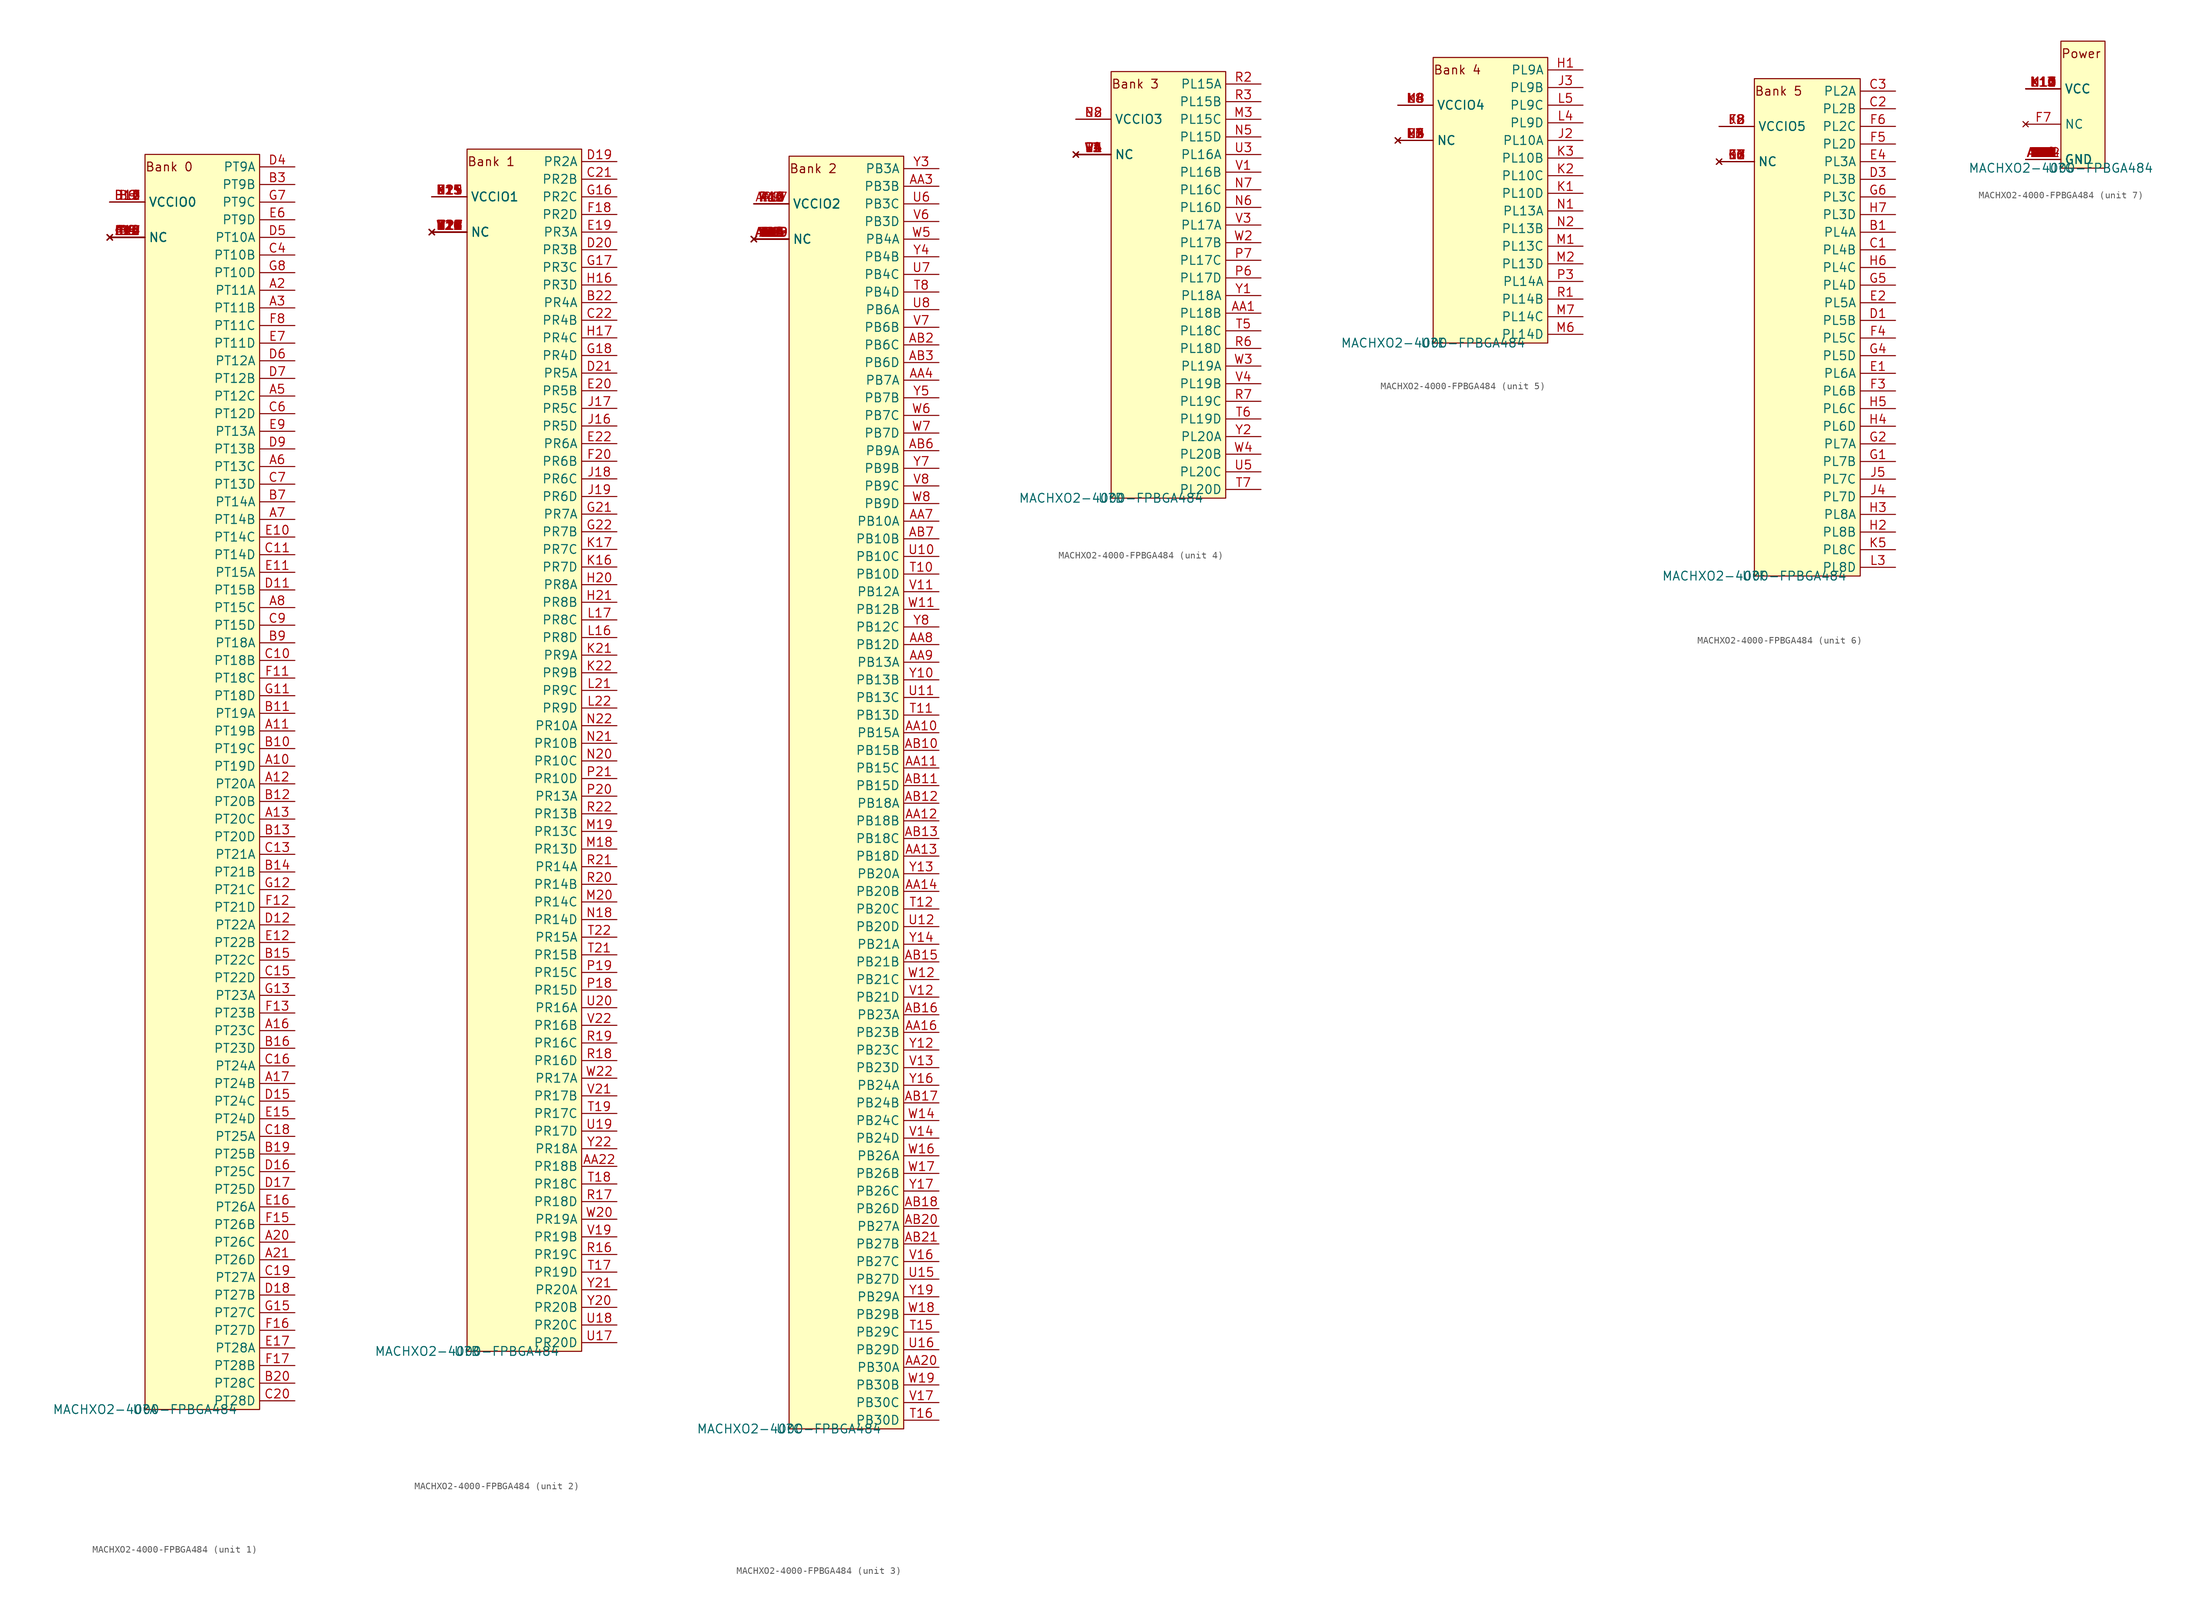
<source format=kicad_sym>
(kicad_symbol_lib
  (version 20211014)
  (generator kicad_symbol_editor)
  (symbol "MACHXO2-4000-FPBGA484"
    (property "Reference" "U"
      (at 0 0 0)
      (effects (font (size 1.27 1.27))))
    (property "Value" "MACHXO2-4000-FPBGA484"
      (at 0 0 0)
      (effects (font (size 1.27 1.27))))
    (property "ki_locked" ""
      (at 0 0 0)
      (effects (font (size 1.27 1.27))))
    (symbol "MACHXO2-4000-FPBGA484_1_0"
      (pin power_in line (at -5.08 173.974 0) (length 5.08) (name "VCCIO0" (effects (font (size 1.27 1.27)))) (number "B17" (effects (font (size 1.27 1.27)))))
      (pin power_in line (at -5.08 173.974 0) (length 5.08) (name "VCCIO0" (effects (font (size 1.27 1.27)))) (number "B6" (effects (font (size 1.27 1.27)))))
      (pin power_in line (at -5.08 173.974 0) (length 5.08) (name "VCCIO0" (effects (font (size 1.27 1.27)))) (number "D10" (effects (font (size 1.27 1.27)))))
      (pin power_in line (at -5.08 173.974 0) (length 5.08) (name "VCCIO0" (effects (font (size 1.27 1.27)))) (number "D13" (effects (font (size 1.27 1.27)))))
      (pin power_in line (at -5.08 173.974 0) (length 5.08) (name "VCCIO0" (effects (font (size 1.27 1.27)))) (number "H10" (effects (font (size 1.27 1.27)))))
      (pin power_in line (at -5.08 173.974 0) (length 5.08) (name "VCCIO0" (effects (font (size 1.27 1.27)))) (number "H11" (effects (font (size 1.27 1.27)))))
      (pin power_in line (at -5.08 173.974 0) (length 5.08) (name "VCCIO0" (effects (font (size 1.27 1.27)))) (number "H12" (effects (font (size 1.27 1.27)))))
      (pin power_in line (at -5.08 173.974 0) (length 5.08) (name "VCCIO0" (effects (font (size 1.27 1.27)))) (number "H13" (effects (font (size 1.27 1.27)))))
      (pin power_in line (at -5.08 173.974 0) (length 5.08) (name "VCCIO0" (effects (font (size 1.27 1.27)))) (number "H14" (effects (font (size 1.27 1.27)))))
      (pin power_in line (at -5.08 173.974 0) (length 5.08) (name "VCCIO0" (effects (font (size 1.27 1.27)))) (number "H9" (effects (font (size 1.27 1.27)))))
      (pin no_connect line (at -5.08 168.894 0) (length 5.08) (name "NC" (effects (font (size 1.27 1.27)))) (number "A15" (effects (font (size 1.27 1.27)))))
      (pin no_connect line (at -5.08 168.894 0) (length 5.08) (name "NC" (effects (font (size 1.27 1.27)))) (number "A18" (effects (font (size 1.27 1.27)))))
      (pin no_connect line (at -5.08 168.894 0) (length 5.08) (name "NC" (effects (font (size 1.27 1.27)))) (number "A19" (effects (font (size 1.27 1.27)))))
      (pin no_connect line (at -5.08 168.894 0) (length 5.08) (name "NC" (effects (font (size 1.27 1.27)))) (number "A4" (effects (font (size 1.27 1.27)))))
      (pin no_connect line (at -5.08 168.894 0) (length 5.08) (name "NC" (effects (font (size 1.27 1.27)))) (number "B18" (effects (font (size 1.27 1.27)))))
      (pin no_connect line (at -5.08 168.894 0) (length 5.08) (name "NC" (effects (font (size 1.27 1.27)))) (number "B4" (effects (font (size 1.27 1.27)))))
      (pin no_connect line (at -5.08 168.894 0) (length 5.08) (name "NC" (effects (font (size 1.27 1.27)))) (number "B5" (effects (font (size 1.27 1.27)))))
      (pin no_connect line (at -5.08 168.894 0) (length 5.08) (name "NC" (effects (font (size 1.27 1.27)))) (number "B8" (effects (font (size 1.27 1.27)))))
      (pin no_connect line (at -5.08 168.894 0) (length 5.08) (name "NC" (effects (font (size 1.27 1.27)))) (number "C12" (effects (font (size 1.27 1.27)))))
      (pin no_connect line (at -5.08 168.894 0) (length 5.08) (name "NC" (effects (font (size 1.27 1.27)))) (number "C14" (effects (font (size 1.27 1.27)))))
      (pin no_connect line (at -5.08 168.894 0) (length 5.08) (name "NC" (effects (font (size 1.27 1.27)))) (number "C17" (effects (font (size 1.27 1.27)))))
      (pin no_connect line (at -5.08 168.894 0) (length 5.08) (name "NC" (effects (font (size 1.27 1.27)))) (number "C5" (effects (font (size 1.27 1.27)))))
      (pin no_connect line (at -5.08 168.894 0) (length 5.08) (name "NC" (effects (font (size 1.27 1.27)))) (number "C8" (effects (font (size 1.27 1.27)))))
      (pin no_connect line (at -5.08 168.894 0) (length 5.08) (name "NC" (effects (font (size 1.27 1.27)))) (number "D14" (effects (font (size 1.27 1.27)))))
      (pin no_connect line (at -5.08 168.894 0) (length 5.08) (name "NC" (effects (font (size 1.27 1.27)))) (number "D8" (effects (font (size 1.27 1.27)))))
      (pin no_connect line (at -5.08 168.894 0) (length 5.08) (name "NC" (effects (font (size 1.27 1.27)))) (number "E13" (effects (font (size 1.27 1.27)))))
      (pin no_connect line (at -5.08 168.894 0) (length 5.08) (name "NC" (effects (font (size 1.27 1.27)))) (number "E14" (effects (font (size 1.27 1.27)))))
      (pin no_connect line (at -5.08 168.894 0) (length 5.08) (name "NC" (effects (font (size 1.27 1.27)))) (number "E8" (effects (font (size 1.27 1.27)))))
      (pin no_connect line (at -5.08 168.894 0) (length 5.08) (name "NC" (effects (font (size 1.27 1.27)))) (number "F10" (effects (font (size 1.27 1.27)))))
      (pin no_connect line (at -5.08 168.894 0) (length 5.08) (name "NC" (effects (font (size 1.27 1.27)))) (number "F14" (effects (font (size 1.27 1.27)))))
      (pin no_connect line (at -5.08 168.894 0) (length 5.08) (name "NC" (effects (font (size 1.27 1.27)))) (number "F9" (effects (font (size 1.27 1.27)))))
      (pin no_connect line (at -5.08 168.894 0) (length 5.08) (name "NC" (effects (font (size 1.27 1.27)))) (number "G10" (effects (font (size 1.27 1.27)))))
      (pin no_connect line (at -5.08 168.894 0) (length 5.08) (name "NC" (effects (font (size 1.27 1.27)))) (number "G14" (effects (font (size 1.27 1.27)))))
      (pin no_connect line (at -5.08 168.894 0) (length 5.08) (name "NC" (effects (font (size 1.27 1.27)))) (number "G9" (effects (font (size 1.27 1.27)))))
      (pin bidirectional line (at 21.59 179.054 180) (length 5.08) (name "PT9A" (effects (font (size 1.27 1.27)))) (number "D4" (effects (font (size 1.27 1.27)))))
      (pin bidirectional line (at 21.59 176.514 180) (length 5.08) (name "PT9B" (effects (font (size 1.27 1.27)))) (number "B3" (effects (font (size 1.27 1.27)))))
      (pin bidirectional line (at 21.59 173.974 180) (length 5.08) (name "PT9C" (effects (font (size 1.27 1.27)))) (number "G7" (effects (font (size 1.27 1.27)))))
      (pin bidirectional line (at 21.59 171.434 180) (length 5.08) (name "PT9D" (effects (font (size 1.27 1.27)))) (number "E6" (effects (font (size 1.27 1.27)))))
      (pin bidirectional line (at 21.59 168.894 180) (length 5.08) (name "PT10A" (effects (font (size 1.27 1.27)))) (number "D5" (effects (font (size 1.27 1.27)))))
      (pin bidirectional line (at 21.59 166.354 180) (length 5.08) (name "PT10B" (effects (font (size 1.27 1.27)))) (number "C4" (effects (font (size 1.27 1.27)))))
      (pin bidirectional line (at 21.59 163.814 180) (length 5.08) (name "PT10D" (effects (font (size 1.27 1.27)))) (number "G8" (effects (font (size 1.27 1.27)))))
      (pin bidirectional line (at 21.59 161.274 180) (length 5.08) (name "PT11A" (effects (font (size 1.27 1.27)))) (number "A2" (effects (font (size 1.27 1.27)))))
      (pin bidirectional line (at 21.59 158.734 180) (length 5.08) (name "PT11B" (effects (font (size 1.27 1.27)))) (number "A3" (effects (font (size 1.27 1.27)))))
      (pin bidirectional line (at 21.59 156.194 180) (length 5.08) (name "PT11C" (effects (font (size 1.27 1.27)))) (number "F8" (effects (font (size 1.27 1.27)))))
      (pin bidirectional line (at 21.59 153.654 180) (length 5.08) (name "PT11D" (effects (font (size 1.27 1.27)))) (number "E7" (effects (font (size 1.27 1.27)))))
      (pin bidirectional line (at 21.59 151.114 180) (length 5.08) (name "PT12A" (effects (font (size 1.27 1.27)))) (number "D6" (effects (font (size 1.27 1.27)))))
      (pin bidirectional line (at 21.59 148.574 180) (length 5.08) (name "PT12B" (effects (font (size 1.27 1.27)))) (number "D7" (effects (font (size 1.27 1.27)))))
      (pin bidirectional line (at 21.59 146.034 180) (length 5.08) (name "PT12C" (effects (font (size 1.27 1.27)))) (number "A5" (effects (font (size 1.27 1.27)))))
      (pin bidirectional line (at 21.59 143.494 180) (length 5.08) (name "PT12D" (effects (font (size 1.27 1.27)))) (number "C6" (effects (font (size 1.27 1.27)))))
      (pin bidirectional line (at 21.59 140.954 180) (length 5.08) (name "PT13A" (effects (font (size 1.27 1.27)))) (number "E9" (effects (font (size 1.27 1.27)))))
      (pin bidirectional line (at 21.59 138.414 180) (length 5.08) (name "PT13B" (effects (font (size 1.27 1.27)))) (number "D9" (effects (font (size 1.27 1.27)))))
      (pin bidirectional line (at 21.59 135.874 180) (length 5.08) (name "PT13C" (effects (font (size 1.27 1.27)))) (number "A6" (effects (font (size 1.27 1.27)))))
      (pin bidirectional line (at 21.59 133.334 180) (length 5.08) (name "PT13D" (effects (font (size 1.27 1.27)))) (number "C7" (effects (font (size 1.27 1.27)))))
      (pin bidirectional line (at 21.59 130.794 180) (length 5.08) (name "PT14A" (effects (font (size 1.27 1.27)))) (number "B7" (effects (font (size 1.27 1.27)))))
      (pin bidirectional line (at 21.59 128.254 180) (length 5.08) (name "PT14B" (effects (font (size 1.27 1.27)))) (number "A7" (effects (font (size 1.27 1.27)))))
      (pin bidirectional line (at 21.59 125.714 180) (length 5.08) (name "PT14C" (effects (font (size 1.27 1.27)))) (number "E10" (effects (font (size 1.27 1.27)))))
      (pin bidirectional line (at 21.59 123.174 180) (length 5.08) (name "PT14D" (effects (font (size 1.27 1.27)))) (number "C11" (effects (font (size 1.27 1.27)))))
      (pin bidirectional line (at 21.59 120.634 180) (length 5.08) (name "PT15A" (effects (font (size 1.27 1.27)))) (number "E11" (effects (font (size 1.27 1.27)))))
      (pin bidirectional line (at 21.59 118.094 180) (length 5.08) (name "PT15B" (effects (font (size 1.27 1.27)))) (number "D11" (effects (font (size 1.27 1.27)))))
      (pin bidirectional line (at 21.59 115.554 180) (length 5.08) (name "PT15C" (effects (font (size 1.27 1.27)))) (number "A8" (effects (font (size 1.27 1.27)))))
      (pin bidirectional line (at 21.59 113.014 180) (length 5.08) (name "PT15D" (effects (font (size 1.27 1.27)))) (number "C9" (effects (font (size 1.27 1.27)))))
      (pin bidirectional line (at 21.59 110.474 180) (length 5.08) (name "PT18A" (effects (font (size 1.27 1.27)))) (number "B9" (effects (font (size 1.27 1.27)))))
      (pin bidirectional line (at 21.59 107.934 180) (length 5.08) (name "PT18B" (effects (font (size 1.27 1.27)))) (number "C10" (effects (font (size 1.27 1.27)))))
      (pin bidirectional line (at 21.59 105.394 180) (length 5.08) (name "PT18C" (effects (font (size 1.27 1.27)))) (number "F11" (effects (font (size 1.27 1.27)))))
      (pin bidirectional line (at 21.59 102.854 180) (length 5.08) (name "PT18D" (effects (font (size 1.27 1.27)))) (number "G11" (effects (font (size 1.27 1.27)))))
      (pin bidirectional line (at 21.59 100.314 180) (length 5.08) (name "PT19A" (effects (font (size 1.27 1.27)))) (number "B11" (effects (font (size 1.27 1.27)))))
      (pin bidirectional line (at 21.59 97.774 180) (length 5.08) (name "PT19B" (effects (font (size 1.27 1.27)))) (number "A11" (effects (font (size 1.27 1.27)))))
      (pin bidirectional line (at 21.59 95.234 180) (length 5.08) (name "PT19C" (effects (font (size 1.27 1.27)))) (number "B10" (effects (font (size 1.27 1.27)))))
      (pin bidirectional line (at 21.59 92.694 180) (length 5.08) (name "PT19D" (effects (font (size 1.27 1.27)))) (number "A10" (effects (font (size 1.27 1.27)))))
      (pin bidirectional line (at 21.59 90.154 180) (length 5.08) (name "PT20A" (effects (font (size 1.27 1.27)))) (number "A12" (effects (font (size 1.27 1.27)))))
      (pin bidirectional line (at 21.59 87.614 180) (length 5.08) (name "PT20B" (effects (font (size 1.27 1.27)))) (number "B12" (effects (font (size 1.27 1.27)))))
      (pin bidirectional line (at 21.59 85.074 180) (length 5.08) (name "PT20C" (effects (font (size 1.27 1.27)))) (number "A13" (effects (font (size 1.27 1.27)))))
      (pin bidirectional line (at 21.59 82.534 180) (length 5.08) (name "PT20D" (effects (font (size 1.27 1.27)))) (number "B13" (effects (font (size 1.27 1.27)))))
      (pin bidirectional line (at 21.59 79.994 180) (length 5.08) (name "PT21A" (effects (font (size 1.27 1.27)))) (number "C13" (effects (font (size 1.27 1.27)))))
      (pin bidirectional line (at 21.59 77.454 180) (length 5.08) (name "PT21B" (effects (font (size 1.27 1.27)))) (number "B14" (effects (font (size 1.27 1.27)))))
      (pin bidirectional line (at 21.59 74.914 180) (length 5.08) (name "PT21C" (effects (font (size 1.27 1.27)))) (number "G12" (effects (font (size 1.27 1.27)))))
      (pin bidirectional line (at 21.59 72.374 180) (length 5.08) (name "PT21D" (effects (font (size 1.27 1.27)))) (number "F12" (effects (font (size 1.27 1.27)))))
      (pin bidirectional line (at 21.59 69.834 180) (length 5.08) (name "PT22A" (effects (font (size 1.27 1.27)))) (number "D12" (effects (font (size 1.27 1.27)))))
      (pin bidirectional line (at 21.59 67.294 180) (length 5.08) (name "PT22B" (effects (font (size 1.27 1.27)))) (number "E12" (effects (font (size 1.27 1.27)))))
      (pin bidirectional line (at 21.59 64.754 180) (length 5.08) (name "PT22C" (effects (font (size 1.27 1.27)))) (number "B15" (effects (font (size 1.27 1.27)))))
      (pin bidirectional line (at 21.59 62.214 180) (length 5.08) (name "PT22D" (effects (font (size 1.27 1.27)))) (number "C15" (effects (font (size 1.27 1.27)))))
      (pin bidirectional line (at 21.59 59.674 180) (length 5.08) (name "PT23A" (effects (font (size 1.27 1.27)))) (number "G13" (effects (font (size 1.27 1.27)))))
      (pin bidirectional line (at 21.59 57.134 180) (length 5.08) (name "PT23B" (effects (font (size 1.27 1.27)))) (number "F13" (effects (font (size 1.27 1.27)))))
      (pin bidirectional line (at 21.59 54.594 180) (length 5.08) (name "PT23C" (effects (font (size 1.27 1.27)))) (number "A16" (effects (font (size 1.27 1.27)))))
      (pin bidirectional line (at 21.59 52.054 180) (length 5.08) (name "PT23D" (effects (font (size 1.27 1.27)))) (number "B16" (effects (font (size 1.27 1.27)))))
      (pin bidirectional line (at 21.59 49.514 180) (length 5.08) (name "PT24A" (effects (font (size 1.27 1.27)))) (number "C16" (effects (font (size 1.27 1.27)))))
      (pin bidirectional line (at 21.59 46.974 180) (length 5.08) (name "PT24B" (effects (font (size 1.27 1.27)))) (number "A17" (effects (font (size 1.27 1.27)))))
      (pin bidirectional line (at 21.59 44.434 180) (length 5.08) (name "PT24C" (effects (font (size 1.27 1.27)))) (number "D15" (effects (font (size 1.27 1.27)))))
      (pin bidirectional line (at 21.59 41.894 180) (length 5.08) (name "PT24D" (effects (font (size 1.27 1.27)))) (number "E15" (effects (font (size 1.27 1.27)))))
      (pin bidirectional line (at 21.59 39.354 180) (length 5.08) (name "PT25A" (effects (font (size 1.27 1.27)))) (number "C18" (effects (font (size 1.27 1.27)))))
      (pin bidirectional line (at 21.59 36.814 180) (length 5.08) (name "PT25B" (effects (font (size 1.27 1.27)))) (number "B19" (effects (font (size 1.27 1.27)))))
      (pin bidirectional line (at 21.59 34.274 180) (length 5.08) (name "PT25C" (effects (font (size 1.27 1.27)))) (number "D16" (effects (font (size 1.27 1.27)))))
      (pin bidirectional line (at 21.59 31.734 180) (length 5.08) (name "PT25D" (effects (font (size 1.27 1.27)))) (number "D17" (effects (font (size 1.27 1.27)))))
      (pin bidirectional line (at 21.59 29.194 180) (length 5.08) (name "PT26A" (effects (font (size 1.27 1.27)))) (number "E16" (effects (font (size 1.27 1.27)))))
      (pin bidirectional line (at 21.59 26.654 180) (length 5.08) (name "PT26B" (effects (font (size 1.27 1.27)))) (number "F15" (effects (font (size 1.27 1.27)))))
      (pin bidirectional line (at 21.59 24.114 180) (length 5.08) (name "PT26C" (effects (font (size 1.27 1.27)))) (number "A20" (effects (font (size 1.27 1.27)))))
      (pin bidirectional line (at 21.59 21.574 180) (length 5.08) (name "PT26D" (effects (font (size 1.27 1.27)))) (number "A21" (effects (font (size 1.27 1.27)))))
      (pin bidirectional line (at 21.59 19.034 180) (length 5.08) (name "PT27A" (effects (font (size 1.27 1.27)))) (number "C19" (effects (font (size 1.27 1.27)))))
      (pin bidirectional line (at 21.59 16.494 180) (length 5.08) (name "PT27B" (effects (font (size 1.27 1.27)))) (number "D18" (effects (font (size 1.27 1.27)))))
      (pin bidirectional line (at 21.59 13.954 180) (length 5.08) (name "PT27C" (effects (font (size 1.27 1.27)))) (number "G15" (effects (font (size 1.27 1.27)))))
      (pin bidirectional line (at 21.59 11.414 180) (length 5.08) (name "PT27D" (effects (font (size 1.27 1.27)))) (number "F16" (effects (font (size 1.27 1.27)))))
      (pin bidirectional line (at 21.59 8.874 180) (length 5.08) (name "PT28A" (effects (font (size 1.27 1.27)))) (number "E17" (effects (font (size 1.27 1.27)))))
      (pin bidirectional line (at 21.59 6.334 180) (length 5.08) (name "PT28B" (effects (font (size 1.27 1.27)))) (number "F17" (effects (font (size 1.27 1.27)))))
      (pin bidirectional line (at 21.59 3.794 180) (length 5.08) (name "PT28C" (effects (font (size 1.27 1.27)))) (number "B20" (effects (font (size 1.27 1.27)))))
      (pin bidirectional line (at 21.59 1.254 180) (length 5.08) (name "PT28D" (effects (font (size 1.27 1.27)))) (number "C20" (effects (font (size 1.27 1.27))))))
    (symbol "MACHXO2-4000-FPBGA484_1_1"
      (rectangle (start 0 0) (end 16.51 180.848) (stroke (width 0) (type default) (color 0 0 0 0)) (fill (type background)))
      (text "Bank 0" (at 0 179.054 0) (effects (font (size 1.27 1.27)) (justify left))))
    (symbol "MACHXO2-4000-FPBGA484_2_0"
      (pin power_in line (at -5.08 166.354 0) (length 5.08) (name "VCCIO1" (effects (font (size 1.27 1.27)))) (number "F21" (effects (font (size 1.27 1.27)))))
      (pin power_in line (at -5.08 166.354 0) (length 5.08) (name "VCCIO1" (effects (font (size 1.27 1.27)))) (number "J15" (effects (font (size 1.27 1.27)))))
      (pin power_in line (at -5.08 166.354 0) (length 5.08) (name "VCCIO1" (effects (font (size 1.27 1.27)))) (number "K15" (effects (font (size 1.27 1.27)))))
      (pin power_in line (at -5.08 166.354 0) (length 5.08) (name "VCCIO1" (effects (font (size 1.27 1.27)))) (number "K19" (effects (font (size 1.27 1.27)))))
      (pin power_in line (at -5.08 166.354 0) (length 5.08) (name "VCCIO1" (effects (font (size 1.27 1.27)))) (number "L15" (effects (font (size 1.27 1.27)))))
      (pin power_in line (at -5.08 166.354 0) (length 5.08) (name "VCCIO1" (effects (font (size 1.27 1.27)))) (number "M15" (effects (font (size 1.27 1.27)))))
      (pin power_in line (at -5.08 166.354 0) (length 5.08) (name "VCCIO1" (effects (font (size 1.27 1.27)))) (number "N15" (effects (font (size 1.27 1.27)))))
      (pin power_in line (at -5.08 166.354 0) (length 5.08) (name "VCCIO1" (effects (font (size 1.27 1.27)))) (number "N19" (effects (font (size 1.27 1.27)))))
      (pin power_in line (at -5.08 166.354 0) (length 5.08) (name "VCCIO1" (effects (font (size 1.27 1.27)))) (number "P15" (effects (font (size 1.27 1.27)))))
      (pin power_in line (at -5.08 166.354 0) (length 5.08) (name "VCCIO1" (effects (font (size 1.27 1.27)))) (number "U21" (effects (font (size 1.27 1.27)))))
      (pin no_connect line (at -5.08 161.274 0) (length 5.08) (name "NC" (effects (font (size 1.27 1.27)))) (number "D22" (effects (font (size 1.27 1.27)))))
      (pin no_connect line (at -5.08 161.274 0) (length 5.08) (name "NC" (effects (font (size 1.27 1.27)))) (number "E21" (effects (font (size 1.27 1.27)))))
      (pin no_connect line (at -5.08 161.274 0) (length 5.08) (name "NC" (effects (font (size 1.27 1.27)))) (number "F19" (effects (font (size 1.27 1.27)))))
      (pin no_connect line (at -5.08 161.274 0) (length 5.08) (name "NC" (effects (font (size 1.27 1.27)))) (number "F22" (effects (font (size 1.27 1.27)))))
      (pin no_connect line (at -5.08 161.274 0) (length 5.08) (name "NC" (effects (font (size 1.27 1.27)))) (number "G19" (effects (font (size 1.27 1.27)))))
      (pin no_connect line (at -5.08 161.274 0) (length 5.08) (name "NC" (effects (font (size 1.27 1.27)))) (number "G20" (effects (font (size 1.27 1.27)))))
      (pin no_connect line (at -5.08 161.274 0) (length 5.08) (name "NC" (effects (font (size 1.27 1.27)))) (number "H18" (effects (font (size 1.27 1.27)))))
      (pin no_connect line (at -5.08 161.274 0) (length 5.08) (name "NC" (effects (font (size 1.27 1.27)))) (number "H19" (effects (font (size 1.27 1.27)))))
      (pin no_connect line (at -5.08 161.274 0) (length 5.08) (name "NC" (effects (font (size 1.27 1.27)))) (number "H22" (effects (font (size 1.27 1.27)))))
      (pin no_connect line (at -5.08 161.274 0) (length 5.08) (name "NC" (effects (font (size 1.27 1.27)))) (number "J20" (effects (font (size 1.27 1.27)))))
      (pin no_connect line (at -5.08 161.274 0) (length 5.08) (name "NC" (effects (font (size 1.27 1.27)))) (number "J21" (effects (font (size 1.27 1.27)))))
      (pin no_connect line (at -5.08 161.274 0) (length 5.08) (name "NC" (effects (font (size 1.27 1.27)))) (number "K18" (effects (font (size 1.27 1.27)))))
      (pin no_connect line (at -5.08 161.274 0) (length 5.08) (name "NC" (effects (font (size 1.27 1.27)))) (number "K20" (effects (font (size 1.27 1.27)))))
      (pin no_connect line (at -5.08 161.274 0) (length 5.08) (name "NC" (effects (font (size 1.27 1.27)))) (number "L18" (effects (font (size 1.27 1.27)))))
      (pin no_connect line (at -5.08 161.274 0) (length 5.08) (name "NC" (effects (font (size 1.27 1.27)))) (number "L19" (effects (font (size 1.27 1.27)))))
      (pin no_connect line (at -5.08 161.274 0) (length 5.08) (name "NC" (effects (font (size 1.27 1.27)))) (number "L20" (effects (font (size 1.27 1.27)))))
      (pin no_connect line (at -5.08 161.274 0) (length 5.08) (name "NC" (effects (font (size 1.27 1.27)))) (number "M16" (effects (font (size 1.27 1.27)))))
      (pin no_connect line (at -5.08 161.274 0) (length 5.08) (name "NC" (effects (font (size 1.27 1.27)))) (number "M17" (effects (font (size 1.27 1.27)))))
      (pin no_connect line (at -5.08 161.274 0) (length 5.08) (name "NC" (effects (font (size 1.27 1.27)))) (number "M21" (effects (font (size 1.27 1.27)))))
      (pin no_connect line (at -5.08 161.274 0) (length 5.08) (name "NC" (effects (font (size 1.27 1.27)))) (number "M22" (effects (font (size 1.27 1.27)))))
      (pin no_connect line (at -5.08 161.274 0) (length 5.08) (name "NC" (effects (font (size 1.27 1.27)))) (number "N16" (effects (font (size 1.27 1.27)))))
      (pin no_connect line (at -5.08 161.274 0) (length 5.08) (name "NC" (effects (font (size 1.27 1.27)))) (number "N17" (effects (font (size 1.27 1.27)))))
      (pin no_connect line (at -5.08 161.274 0) (length 5.08) (name "NC" (effects (font (size 1.27 1.27)))) (number "P16" (effects (font (size 1.27 1.27)))))
      (pin no_connect line (at -5.08 161.274 0) (length 5.08) (name "NC" (effects (font (size 1.27 1.27)))) (number "P17" (effects (font (size 1.27 1.27)))))
      (pin no_connect line (at -5.08 161.274 0) (length 5.08) (name "NC" (effects (font (size 1.27 1.27)))) (number "T20" (effects (font (size 1.27 1.27)))))
      (pin no_connect line (at -5.08 161.274 0) (length 5.08) (name "NC" (effects (font (size 1.27 1.27)))) (number "U22" (effects (font (size 1.27 1.27)))))
      (pin no_connect line (at -5.08 161.274 0) (length 5.08) (name "NC" (effects (font (size 1.27 1.27)))) (number "V20" (effects (font (size 1.27 1.27)))))
      (pin no_connect line (at -5.08 161.274 0) (length 5.08) (name "NC" (effects (font (size 1.27 1.27)))) (number "W21" (effects (font (size 1.27 1.27)))))
      (pin bidirectional line (at 21.59 171.434 180) (length 5.08) (name "PR2A" (effects (font (size 1.27 1.27)))) (number "D19" (effects (font (size 1.27 1.27)))))
      (pin bidirectional line (at 21.59 168.894 180) (length 5.08) (name "PR2B" (effects (font (size 1.27 1.27)))) (number "C21" (effects (font (size 1.27 1.27)))))
      (pin bidirectional line (at 21.59 166.354 180) (length 5.08) (name "PR2C" (effects (font (size 1.27 1.27)))) (number "G16" (effects (font (size 1.27 1.27)))))
      (pin bidirectional line (at 21.59 163.814 180) (length 5.08) (name "PR2D" (effects (font (size 1.27 1.27)))) (number "F18" (effects (font (size 1.27 1.27)))))
      (pin bidirectional line (at 21.59 161.274 180) (length 5.08) (name "PR3A" (effects (font (size 1.27 1.27)))) (number "E19" (effects (font (size 1.27 1.27)))))
      (pin bidirectional line (at 21.59 158.734 180) (length 5.08) (name "PR3B" (effects (font (size 1.27 1.27)))) (number "D20" (effects (font (size 1.27 1.27)))))
      (pin bidirectional line (at 21.59 156.194 180) (length 5.08) (name "PR3C" (effects (font (size 1.27 1.27)))) (number "G17" (effects (font (size 1.27 1.27)))))
      (pin bidirectional line (at 21.59 153.654 180) (length 5.08) (name "PR3D" (effects (font (size 1.27 1.27)))) (number "H16" (effects (font (size 1.27 1.27)))))
      (pin bidirectional line (at 21.59 151.114 180) (length 5.08) (name "PR4A" (effects (font (size 1.27 1.27)))) (number "B22" (effects (font (size 1.27 1.27)))))
      (pin bidirectional line (at 21.59 148.574 180) (length 5.08) (name "PR4B" (effects (font (size 1.27 1.27)))) (number "C22" (effects (font (size 1.27 1.27)))))
      (pin bidirectional line (at 21.59 146.034 180) (length 5.08) (name "PR4C" (effects (font (size 1.27 1.27)))) (number "H17" (effects (font (size 1.27 1.27)))))
      (pin bidirectional line (at 21.59 143.494 180) (length 5.08) (name "PR4D" (effects (font (size 1.27 1.27)))) (number "G18" (effects (font (size 1.27 1.27)))))
      (pin bidirectional line (at 21.59 140.954 180) (length 5.08) (name "PR5A" (effects (font (size 1.27 1.27)))) (number "D21" (effects (font (size 1.27 1.27)))))
      (pin bidirectional line (at 21.59 138.414 180) (length 5.08) (name "PR5B" (effects (font (size 1.27 1.27)))) (number "E20" (effects (font (size 1.27 1.27)))))
      (pin bidirectional line (at 21.59 135.874 180) (length 5.08) (name "PR5C" (effects (font (size 1.27 1.27)))) (number "J17" (effects (font (size 1.27 1.27)))))
      (pin bidirectional line (at 21.59 133.334 180) (length 5.08) (name "PR5D" (effects (font (size 1.27 1.27)))) (number "J16" (effects (font (size 1.27 1.27)))))
      (pin bidirectional line (at 21.59 130.794 180) (length 5.08) (name "PR6A" (effects (font (size 1.27 1.27)))) (number "E22" (effects (font (size 1.27 1.27)))))
      (pin bidirectional line (at 21.59 128.254 180) (length 5.08) (name "PR6B" (effects (font (size 1.27 1.27)))) (number "F20" (effects (font (size 1.27 1.27)))))
      (pin bidirectional line (at 21.59 125.714 180) (length 5.08) (name "PR6C" (effects (font (size 1.27 1.27)))) (number "J18" (effects (font (size 1.27 1.27)))))
      (pin bidirectional line (at 21.59 123.174 180) (length 5.08) (name "PR6D" (effects (font (size 1.27 1.27)))) (number "J19" (effects (font (size 1.27 1.27)))))
      (pin bidirectional line (at 21.59 120.634 180) (length 5.08) (name "PR7A" (effects (font (size 1.27 1.27)))) (number "G21" (effects (font (size 1.27 1.27)))))
      (pin bidirectional line (at 21.59 118.094 180) (length 5.08) (name "PR7B" (effects (font (size 1.27 1.27)))) (number "G22" (effects (font (size 1.27 1.27)))))
      (pin bidirectional line (at 21.59 115.554 180) (length 5.08) (name "PR7C" (effects (font (size 1.27 1.27)))) (number "K17" (effects (font (size 1.27 1.27)))))
      (pin bidirectional line (at 21.59 113.014 180) (length 5.08) (name "PR7D" (effects (font (size 1.27 1.27)))) (number "K16" (effects (font (size 1.27 1.27)))))
      (pin bidirectional line (at 21.59 110.474 180) (length 5.08) (name "PR8A" (effects (font (size 1.27 1.27)))) (number "H20" (effects (font (size 1.27 1.27)))))
      (pin bidirectional line (at 21.59 107.934 180) (length 5.08) (name "PR8B" (effects (font (size 1.27 1.27)))) (number "H21" (effects (font (size 1.27 1.27)))))
      (pin bidirectional line (at 21.59 105.394 180) (length 5.08) (name "PR8C" (effects (font (size 1.27 1.27)))) (number "L17" (effects (font (size 1.27 1.27)))))
      (pin bidirectional line (at 21.59 102.854 180) (length 5.08) (name "PR8D" (effects (font (size 1.27 1.27)))) (number "L16" (effects (font (size 1.27 1.27)))))
      (pin bidirectional line (at 21.59 100.314 180) (length 5.08) (name "PR9A" (effects (font (size 1.27 1.27)))) (number "K21" (effects (font (size 1.27 1.27)))))
      (pin bidirectional line (at 21.59 97.774 180) (length 5.08) (name "PR9B" (effects (font (size 1.27 1.27)))) (number "K22" (effects (font (size 1.27 1.27)))))
      (pin bidirectional line (at 21.59 95.234 180) (length 5.08) (name "PR9C" (effects (font (size 1.27 1.27)))) (number "L21" (effects (font (size 1.27 1.27)))))
      (pin bidirectional line (at 21.59 92.694 180) (length 5.08) (name "PR9D" (effects (font (size 1.27 1.27)))) (number "L22" (effects (font (size 1.27 1.27)))))
      (pin bidirectional line (at 21.59 90.154 180) (length 5.08) (name "PR10A" (effects (font (size 1.27 1.27)))) (number "N22" (effects (font (size 1.27 1.27)))))
      (pin bidirectional line (at 21.59 87.614 180) (length 5.08) (name "PR10B" (effects (font (size 1.27 1.27)))) (number "N21" (effects (font (size 1.27 1.27)))))
      (pin bidirectional line (at 21.59 85.074 180) (length 5.08) (name "PR10C" (effects (font (size 1.27 1.27)))) (number "N20" (effects (font (size 1.27 1.27)))))
      (pin bidirectional line (at 21.59 82.534 180) (length 5.08) (name "PR10D" (effects (font (size 1.27 1.27)))) (number "P21" (effects (font (size 1.27 1.27)))))
      (pin bidirectional line (at 21.59 79.994 180) (length 5.08) (name "PR13A" (effects (font (size 1.27 1.27)))) (number "P20" (effects (font (size 1.27 1.27)))))
      (pin bidirectional line (at 21.59 77.454 180) (length 5.08) (name "PR13B" (effects (font (size 1.27 1.27)))) (number "R22" (effects (font (size 1.27 1.27)))))
      (pin bidirectional line (at 21.59 74.914 180) (length 5.08) (name "PR13C" (effects (font (size 1.27 1.27)))) (number "M19" (effects (font (size 1.27 1.27)))))
      (pin bidirectional line (at 21.59 72.374 180) (length 5.08) (name "PR13D" (effects (font (size 1.27 1.27)))) (number "M18" (effects (font (size 1.27 1.27)))))
      (pin bidirectional line (at 21.59 69.834 180) (length 5.08) (name "PR14A" (effects (font (size 1.27 1.27)))) (number "R21" (effects (font (size 1.27 1.27)))))
      (pin bidirectional line (at 21.59 67.294 180) (length 5.08) (name "PR14B" (effects (font (size 1.27 1.27)))) (number "R20" (effects (font (size 1.27 1.27)))))
      (pin bidirectional line (at 21.59 64.754 180) (length 5.08) (name "PR14C" (effects (font (size 1.27 1.27)))) (number "M20" (effects (font (size 1.27 1.27)))))
      (pin bidirectional line (at 21.59 62.214 180) (length 5.08) (name "PR14D" (effects (font (size 1.27 1.27)))) (number "N18" (effects (font (size 1.27 1.27)))))
      (pin bidirectional line (at 21.59 59.674 180) (length 5.08) (name "PR15A" (effects (font (size 1.27 1.27)))) (number "T22" (effects (font (size 1.27 1.27)))))
      (pin bidirectional line (at 21.59 57.134 180) (length 5.08) (name "PR15B" (effects (font (size 1.27 1.27)))) (number "T21" (effects (font (size 1.27 1.27)))))
      (pin bidirectional line (at 21.59 54.594 180) (length 5.08) (name "PR15C" (effects (font (size 1.27 1.27)))) (number "P19" (effects (font (size 1.27 1.27)))))
      (pin bidirectional line (at 21.59 52.054 180) (length 5.08) (name "PR15D" (effects (font (size 1.27 1.27)))) (number "P18" (effects (font (size 1.27 1.27)))))
      (pin bidirectional line (at 21.59 49.514 180) (length 5.08) (name "PR16A" (effects (font (size 1.27 1.27)))) (number "U20" (effects (font (size 1.27 1.27)))))
      (pin bidirectional line (at 21.59 46.974 180) (length 5.08) (name "PR16B" (effects (font (size 1.27 1.27)))) (number "V22" (effects (font (size 1.27 1.27)))))
      (pin bidirectional line (at 21.59 44.434 180) (length 5.08) (name "PR16C" (effects (font (size 1.27 1.27)))) (number "R19" (effects (font (size 1.27 1.27)))))
      (pin bidirectional line (at 21.59 41.894 180) (length 5.08) (name "PR16D" (effects (font (size 1.27 1.27)))) (number "R18" (effects (font (size 1.27 1.27)))))
      (pin bidirectional line (at 21.59 39.354 180) (length 5.08) (name "PR17A" (effects (font (size 1.27 1.27)))) (number "W22" (effects (font (size 1.27 1.27)))))
      (pin bidirectional line (at 21.59 36.814 180) (length 5.08) (name "PR17B" (effects (font (size 1.27 1.27)))) (number "V21" (effects (font (size 1.27 1.27)))))
      (pin bidirectional line (at 21.59 34.274 180) (length 5.08) (name "PR17C" (effects (font (size 1.27 1.27)))) (number "T19" (effects (font (size 1.27 1.27)))))
      (pin bidirectional line (at 21.59 31.734 180) (length 5.08) (name "PR17D" (effects (font (size 1.27 1.27)))) (number "U19" (effects (font (size 1.27 1.27)))))
      (pin bidirectional line (at 21.59 29.194 180) (length 5.08) (name "PR18A" (effects (font (size 1.27 1.27)))) (number "Y22" (effects (font (size 1.27 1.27)))))
      (pin bidirectional line (at 21.59 26.654 180) (length 5.08) (name "PR18B" (effects (font (size 1.27 1.27)))) (number "AA22" (effects (font (size 1.27 1.27)))))
      (pin bidirectional line (at 21.59 24.114 180) (length 5.08) (name "PR18C" (effects (font (size 1.27 1.27)))) (number "T18" (effects (font (size 1.27 1.27)))))
      (pin bidirectional line (at 21.59 21.574 180) (length 5.08) (name "PR18D" (effects (font (size 1.27 1.27)))) (number "R17" (effects (font (size 1.27 1.27)))))
      (pin bidirectional line (at 21.59 19.034 180) (length 5.08) (name "PR19A" (effects (font (size 1.27 1.27)))) (number "W20" (effects (font (size 1.27 1.27)))))
      (pin bidirectional line (at 21.59 16.494 180) (length 5.08) (name "PR19B" (effects (font (size 1.27 1.27)))) (number "V19" (effects (font (size 1.27 1.27)))))
      (pin bidirectional line (at 21.59 13.954 180) (length 5.08) (name "PR19C" (effects (font (size 1.27 1.27)))) (number "R16" (effects (font (size 1.27 1.27)))))
      (pin bidirectional line (at 21.59 11.414 180) (length 5.08) (name "PR19D" (effects (font (size 1.27 1.27)))) (number "T17" (effects (font (size 1.27 1.27)))))
      (pin bidirectional line (at 21.59 8.874 180) (length 5.08) (name "PR20A" (effects (font (size 1.27 1.27)))) (number "Y21" (effects (font (size 1.27 1.27)))))
      (pin bidirectional line (at 21.59 6.334 180) (length 5.08) (name "PR20B" (effects (font (size 1.27 1.27)))) (number "Y20" (effects (font (size 1.27 1.27)))))
      (pin bidirectional line (at 21.59 3.794 180) (length 5.08) (name "PR20C" (effects (font (size 1.27 1.27)))) (number "U18" (effects (font (size 1.27 1.27)))))
      (pin bidirectional line (at 21.59 1.254 180) (length 5.08) (name "PR20D" (effects (font (size 1.27 1.27)))) (number "U17" (effects (font (size 1.27 1.27))))))
    (symbol "MACHXO2-4000-FPBGA484_2_1"
      (rectangle (start 0 0) (end 16.51 173.228) (stroke (width 0) (type default) (color 0 0 0 0)) (fill (type background)))
      (text "Bank 1" (at 0 171.434 0) (effects (font (size 1.27 1.27)) (justify left))))
    (symbol "MACHXO2-4000-FPBGA484_3_0"
      (pin power_in line (at -5.08 176.514 0) (length 5.08) (name "VCCIO2" (effects (font (size 1.27 1.27)))) (number "AA17" (effects (font (size 1.27 1.27)))))
      (pin power_in line (at -5.08 176.514 0) (length 5.08) (name "VCCIO2" (effects (font (size 1.27 1.27)))) (number "AA6" (effects (font (size 1.27 1.27)))))
      (pin power_in line (at -5.08 176.514 0) (length 5.08) (name "VCCIO2" (effects (font (size 1.27 1.27)))) (number "R10" (effects (font (size 1.27 1.27)))))
      (pin power_in line (at -5.08 176.514 0) (length 5.08) (name "VCCIO2" (effects (font (size 1.27 1.27)))) (number "R11" (effects (font (size 1.27 1.27)))))
      (pin power_in line (at -5.08 176.514 0) (length 5.08) (name "VCCIO2" (effects (font (size 1.27 1.27)))) (number "R12" (effects (font (size 1.27 1.27)))))
      (pin power_in line (at -5.08 176.514 0) (length 5.08) (name "VCCIO2" (effects (font (size 1.27 1.27)))) (number "R13" (effects (font (size 1.27 1.27)))))
      (pin power_in line (at -5.08 176.514 0) (length 5.08) (name "VCCIO2" (effects (font (size 1.27 1.27)))) (number "R14" (effects (font (size 1.27 1.27)))))
      (pin power_in line (at -5.08 176.514 0) (length 5.08) (name "VCCIO2" (effects (font (size 1.27 1.27)))) (number "R9" (effects (font (size 1.27 1.27)))))
      (pin power_in line (at -5.08 176.514 0) (length 5.08) (name "VCCIO2" (effects (font (size 1.27 1.27)))) (number "W10" (effects (font (size 1.27 1.27)))))
      (pin power_in line (at -5.08 176.514 0) (length 5.08) (name "VCCIO2" (effects (font (size 1.27 1.27)))) (number "W13" (effects (font (size 1.27 1.27)))))
      (pin no_connect line (at -5.08 171.434 0) (length 5.08) (name "NC" (effects (font (size 1.27 1.27)))) (number "AA15" (effects (font (size 1.27 1.27)))))
      (pin no_connect line (at -5.08 171.434 0) (length 5.08) (name "NC" (effects (font (size 1.27 1.27)))) (number "AA18" (effects (font (size 1.27 1.27)))))
      (pin no_connect line (at -5.08 171.434 0) (length 5.08) (name "NC" (effects (font (size 1.27 1.27)))) (number "AA19" (effects (font (size 1.27 1.27)))))
      (pin no_connect line (at -5.08 171.434 0) (length 5.08) (name "NC" (effects (font (size 1.27 1.27)))) (number "AA5" (effects (font (size 1.27 1.27)))))
      (pin no_connect line (at -5.08 171.434 0) (length 5.08) (name "NC" (effects (font (size 1.27 1.27)))) (number "AB19" (effects (font (size 1.27 1.27)))))
      (pin no_connect line (at -5.08 171.434 0) (length 5.08) (name "NC" (effects (font (size 1.27 1.27)))) (number "AB4" (effects (font (size 1.27 1.27)))))
      (pin no_connect line (at -5.08 171.434 0) (length 5.08) (name "NC" (effects (font (size 1.27 1.27)))) (number "AB5" (effects (font (size 1.27 1.27)))))
      (pin no_connect line (at -5.08 171.434 0) (length 5.08) (name "NC" (effects (font (size 1.27 1.27)))) (number "AB8" (effects (font (size 1.27 1.27)))))
      (pin no_connect line (at -5.08 171.434 0) (length 5.08) (name "NC" (effects (font (size 1.27 1.27)))) (number "T13" (effects (font (size 1.27 1.27)))))
      (pin no_connect line (at -5.08 171.434 0) (length 5.08) (name "NC" (effects (font (size 1.27 1.27)))) (number "T14" (effects (font (size 1.27 1.27)))))
      (pin no_connect line (at -5.08 171.434 0) (length 5.08) (name "NC" (effects (font (size 1.27 1.27)))) (number "T9" (effects (font (size 1.27 1.27)))))
      (pin no_connect line (at -5.08 171.434 0) (length 5.08) (name "NC" (effects (font (size 1.27 1.27)))) (number "U13" (effects (font (size 1.27 1.27)))))
      (pin no_connect line (at -5.08 171.434 0) (length 5.08) (name "NC" (effects (font (size 1.27 1.27)))) (number "U14" (effects (font (size 1.27 1.27)))))
      (pin no_connect line (at -5.08 171.434 0) (length 5.08) (name "NC" (effects (font (size 1.27 1.27)))) (number "U9" (effects (font (size 1.27 1.27)))))
      (pin no_connect line (at -5.08 171.434 0) (length 5.08) (name "NC" (effects (font (size 1.27 1.27)))) (number "V10" (effects (font (size 1.27 1.27)))))
      (pin no_connect line (at -5.08 171.434 0) (length 5.08) (name "NC" (effects (font (size 1.27 1.27)))) (number "V15" (effects (font (size 1.27 1.27)))))
      (pin no_connect line (at -5.08 171.434 0) (length 5.08) (name "NC" (effects (font (size 1.27 1.27)))) (number "V9" (effects (font (size 1.27 1.27)))))
      (pin no_connect line (at -5.08 171.434 0) (length 5.08) (name "NC" (effects (font (size 1.27 1.27)))) (number "W15" (effects (font (size 1.27 1.27)))))
      (pin no_connect line (at -5.08 171.434 0) (length 5.08) (name "NC" (effects (font (size 1.27 1.27)))) (number "W9" (effects (font (size 1.27 1.27)))))
      (pin no_connect line (at -5.08 171.434 0) (length 5.08) (name "NC" (effects (font (size 1.27 1.27)))) (number "Y11" (effects (font (size 1.27 1.27)))))
      (pin no_connect line (at -5.08 171.434 0) (length 5.08) (name "NC" (effects (font (size 1.27 1.27)))) (number "Y15" (effects (font (size 1.27 1.27)))))
      (pin no_connect line (at -5.08 171.434 0) (length 5.08) (name "NC" (effects (font (size 1.27 1.27)))) (number "Y18" (effects (font (size 1.27 1.27)))))
      (pin no_connect line (at -5.08 171.434 0) (length 5.08) (name "NC" (effects (font (size 1.27 1.27)))) (number "Y6" (effects (font (size 1.27 1.27)))))
      (pin no_connect line (at -5.08 171.434 0) (length 5.08) (name "NC" (effects (font (size 1.27 1.27)))) (number "Y9" (effects (font (size 1.27 1.27)))))
      (pin bidirectional line (at 21.59 181.594 180) (length 5.08) (name "PB3A" (effects (font (size 1.27 1.27)))) (number "Y3" (effects (font (size 1.27 1.27)))))
      (pin bidirectional line (at 21.59 179.054 180) (length 5.08) (name "PB3B" (effects (font (size 1.27 1.27)))) (number "AA3" (effects (font (size 1.27 1.27)))))
      (pin bidirectional line (at 21.59 176.514 180) (length 5.08) (name "PB3C" (effects (font (size 1.27 1.27)))) (number "U6" (effects (font (size 1.27 1.27)))))
      (pin bidirectional line (at 21.59 173.974 180) (length 5.08) (name "PB3D" (effects (font (size 1.27 1.27)))) (number "V6" (effects (font (size 1.27 1.27)))))
      (pin bidirectional line (at 21.59 171.434 180) (length 5.08) (name "PB4A" (effects (font (size 1.27 1.27)))) (number "W5" (effects (font (size 1.27 1.27)))))
      (pin bidirectional line (at 21.59 168.894 180) (length 5.08) (name "PB4B" (effects (font (size 1.27 1.27)))) (number "Y4" (effects (font (size 1.27 1.27)))))
      (pin bidirectional line (at 21.59 166.354 180) (length 5.08) (name "PB4C" (effects (font (size 1.27 1.27)))) (number "U7" (effects (font (size 1.27 1.27)))))
      (pin bidirectional line (at 21.59 163.814 180) (length 5.08) (name "PB4D" (effects (font (size 1.27 1.27)))) (number "T8" (effects (font (size 1.27 1.27)))))
      (pin bidirectional line (at 21.59 161.274 180) (length 5.08) (name "PB6A" (effects (font (size 1.27 1.27)))) (number "U8" (effects (font (size 1.27 1.27)))))
      (pin bidirectional line (at 21.59 158.734 180) (length 5.08) (name "PB6B" (effects (font (size 1.27 1.27)))) (number "V7" (effects (font (size 1.27 1.27)))))
      (pin bidirectional line (at 21.59 156.194 180) (length 5.08) (name "PB6C" (effects (font (size 1.27 1.27)))) (number "AB2" (effects (font (size 1.27 1.27)))))
      (pin bidirectional line (at 21.59 153.654 180) (length 5.08) (name "PB6D" (effects (font (size 1.27 1.27)))) (number "AB3" (effects (font (size 1.27 1.27)))))
      (pin bidirectional line (at 21.59 151.114 180) (length 5.08) (name "PB7A" (effects (font (size 1.27 1.27)))) (number "AA4" (effects (font (size 1.27 1.27)))))
      (pin bidirectional line (at 21.59 148.574 180) (length 5.08) (name "PB7B" (effects (font (size 1.27 1.27)))) (number "Y5" (effects (font (size 1.27 1.27)))))
      (pin bidirectional line (at 21.59 146.034 180) (length 5.08) (name "PB7C" (effects (font (size 1.27 1.27)))) (number "W6" (effects (font (size 1.27 1.27)))))
      (pin bidirectional line (at 21.59 143.494 180) (length 5.08) (name "PB7D" (effects (font (size 1.27 1.27)))) (number "W7" (effects (font (size 1.27 1.27)))))
      (pin bidirectional line (at 21.59 140.954 180) (length 5.08) (name "PB9A" (effects (font (size 1.27 1.27)))) (number "AB6" (effects (font (size 1.27 1.27)))))
      (pin bidirectional line (at 21.59 138.414 180) (length 5.08) (name "PB9B" (effects (font (size 1.27 1.27)))) (number "Y7" (effects (font (size 1.27 1.27)))))
      (pin bidirectional line (at 21.59 135.874 180) (length 5.08) (name "PB9C" (effects (font (size 1.27 1.27)))) (number "V8" (effects (font (size 1.27 1.27)))))
      (pin bidirectional line (at 21.59 133.334 180) (length 5.08) (name "PB9D" (effects (font (size 1.27 1.27)))) (number "W8" (effects (font (size 1.27 1.27)))))
      (pin bidirectional line (at 21.59 130.794 180) (length 5.08) (name "PB10A" (effects (font (size 1.27 1.27)))) (number "AA7" (effects (font (size 1.27 1.27)))))
      (pin bidirectional line (at 21.59 128.254 180) (length 5.08) (name "PB10B" (effects (font (size 1.27 1.27)))) (number "AB7" (effects (font (size 1.27 1.27)))))
      (pin bidirectional line (at 21.59 125.714 180) (length 5.08) (name "PB10C" (effects (font (size 1.27 1.27)))) (number "U10" (effects (font (size 1.27 1.27)))))
      (pin bidirectional line (at 21.59 123.174 180) (length 5.08) (name "PB10D" (effects (font (size 1.27 1.27)))) (number "T10" (effects (font (size 1.27 1.27)))))
      (pin bidirectional line (at 21.59 120.634 180) (length 5.08) (name "PB12A" (effects (font (size 1.27 1.27)))) (number "V11" (effects (font (size 1.27 1.27)))))
      (pin bidirectional line (at 21.59 118.094 180) (length 5.08) (name "PB12B" (effects (font (size 1.27 1.27)))) (number "W11" (effects (font (size 1.27 1.27)))))
      (pin bidirectional line (at 21.59 115.554 180) (length 5.08) (name "PB12C" (effects (font (size 1.27 1.27)))) (number "Y8" (effects (font (size 1.27 1.27)))))
      (pin bidirectional line (at 21.59 113.014 180) (length 5.08) (name "PB12D" (effects (font (size 1.27 1.27)))) (number "AA8" (effects (font (size 1.27 1.27)))))
      (pin bidirectional line (at 21.59 110.474 180) (length 5.08) (name "PB13A" (effects (font (size 1.27 1.27)))) (number "AA9" (effects (font (size 1.27 1.27)))))
      (pin bidirectional line (at 21.59 107.934 180) (length 5.08) (name "PB13B" (effects (font (size 1.27 1.27)))) (number "Y10" (effects (font (size 1.27 1.27)))))
      (pin bidirectional line (at 21.59 105.394 180) (length 5.08) (name "PB13C" (effects (font (size 1.27 1.27)))) (number "U11" (effects (font (size 1.27 1.27)))))
      (pin bidirectional line (at 21.59 102.854 180) (length 5.08) (name "PB13D" (effects (font (size 1.27 1.27)))) (number "T11" (effects (font (size 1.27 1.27)))))
      (pin bidirectional line (at 21.59 100.314 180) (length 5.08) (name "PB15A" (effects (font (size 1.27 1.27)))) (number "AA10" (effects (font (size 1.27 1.27)))))
      (pin bidirectional line (at 21.59 97.774 180) (length 5.08) (name "PB15B" (effects (font (size 1.27 1.27)))) (number "AB10" (effects (font (size 1.27 1.27)))))
      (pin bidirectional line (at 21.59 95.234 180) (length 5.08) (name "PB15C" (effects (font (size 1.27 1.27)))) (number "AA11" (effects (font (size 1.27 1.27)))))
      (pin bidirectional line (at 21.59 92.694 180) (length 5.08) (name "PB15D" (effects (font (size 1.27 1.27)))) (number "AB11" (effects (font (size 1.27 1.27)))))
      (pin bidirectional line (at 21.59 90.154 180) (length 5.08) (name "PB18A" (effects (font (size 1.27 1.27)))) (number "AB12" (effects (font (size 1.27 1.27)))))
      (pin bidirectional line (at 21.59 87.614 180) (length 5.08) (name "PB18B" (effects (font (size 1.27 1.27)))) (number "AA12" (effects (font (size 1.27 1.27)))))
      (pin bidirectional line (at 21.59 85.074 180) (length 5.08) (name "PB18C" (effects (font (size 1.27 1.27)))) (number "AB13" (effects (font (size 1.27 1.27)))))
      (pin bidirectional line (at 21.59 82.534 180) (length 5.08) (name "PB18D" (effects (font (size 1.27 1.27)))) (number "AA13" (effects (font (size 1.27 1.27)))))
      (pin bidirectional line (at 21.59 79.994 180) (length 5.08) (name "PB20A" (effects (font (size 1.27 1.27)))) (number "Y13" (effects (font (size 1.27 1.27)))))
      (pin bidirectional line (at 21.59 77.454 180) (length 5.08) (name "PB20B" (effects (font (size 1.27 1.27)))) (number "AA14" (effects (font (size 1.27 1.27)))))
      (pin bidirectional line (at 21.59 74.914 180) (length 5.08) (name "PB20C" (effects (font (size 1.27 1.27)))) (number "T12" (effects (font (size 1.27 1.27)))))
      (pin bidirectional line (at 21.59 72.374 180) (length 5.08) (name "PB20D" (effects (font (size 1.27 1.27)))) (number "U12" (effects (font (size 1.27 1.27)))))
      (pin bidirectional line (at 21.59 69.834 180) (length 5.08) (name "PB21A" (effects (font (size 1.27 1.27)))) (number "Y14" (effects (font (size 1.27 1.27)))))
      (pin bidirectional line (at 21.59 67.294 180) (length 5.08) (name "PB21B" (effects (font (size 1.27 1.27)))) (number "AB15" (effects (font (size 1.27 1.27)))))
      (pin bidirectional line (at 21.59 64.754 180) (length 5.08) (name "PB21C" (effects (font (size 1.27 1.27)))) (number "W12" (effects (font (size 1.27 1.27)))))
      (pin bidirectional line (at 21.59 62.214 180) (length 5.08) (name "PB21D" (effects (font (size 1.27 1.27)))) (number "V12" (effects (font (size 1.27 1.27)))))
      (pin bidirectional line (at 21.59 59.674 180) (length 5.08) (name "PB23A" (effects (font (size 1.27 1.27)))) (number "AB16" (effects (font (size 1.27 1.27)))))
      (pin bidirectional line (at 21.59 57.134 180) (length 5.08) (name "PB23B" (effects (font (size 1.27 1.27)))) (number "AA16" (effects (font (size 1.27 1.27)))))
      (pin bidirectional line (at 21.59 54.594 180) (length 5.08) (name "PB23C" (effects (font (size 1.27 1.27)))) (number "Y12" (effects (font (size 1.27 1.27)))))
      (pin bidirectional line (at 21.59 52.054 180) (length 5.08) (name "PB23D" (effects (font (size 1.27 1.27)))) (number "V13" (effects (font (size 1.27 1.27)))))
      (pin bidirectional line (at 21.59 49.514 180) (length 5.08) (name "PB24A" (effects (font (size 1.27 1.27)))) (number "Y16" (effects (font (size 1.27 1.27)))))
      (pin bidirectional line (at 21.59 46.974 180) (length 5.08) (name "PB24B" (effects (font (size 1.27 1.27)))) (number "AB17" (effects (font (size 1.27 1.27)))))
      (pin bidirectional line (at 21.59 44.434 180) (length 5.08) (name "PB24C" (effects (font (size 1.27 1.27)))) (number "W14" (effects (font (size 1.27 1.27)))))
      (pin bidirectional line (at 21.59 41.894 180) (length 5.08) (name "PB24D" (effects (font (size 1.27 1.27)))) (number "V14" (effects (font (size 1.27 1.27)))))
      (pin bidirectional line (at 21.59 39.354 180) (length 5.08) (name "PB26A" (effects (font (size 1.27 1.27)))) (number "W16" (effects (font (size 1.27 1.27)))))
      (pin bidirectional line (at 21.59 36.814 180) (length 5.08) (name "PB26B" (effects (font (size 1.27 1.27)))) (number "W17" (effects (font (size 1.27 1.27)))))
      (pin bidirectional line (at 21.59 34.274 180) (length 5.08) (name "PB26C" (effects (font (size 1.27 1.27)))) (number "Y17" (effects (font (size 1.27 1.27)))))
      (pin bidirectional line (at 21.59 31.734 180) (length 5.08) (name "PB26D" (effects (font (size 1.27 1.27)))) (number "AB18" (effects (font (size 1.27 1.27)))))
      (pin bidirectional line (at 21.59 29.194 180) (length 5.08) (name "PB27A" (effects (font (size 1.27 1.27)))) (number "AB20" (effects (font (size 1.27 1.27)))))
      (pin bidirectional line (at 21.59 26.654 180) (length 5.08) (name "PB27B" (effects (font (size 1.27 1.27)))) (number "AB21" (effects (font (size 1.27 1.27)))))
      (pin bidirectional line (at 21.59 24.114 180) (length 5.08) (name "PB27C" (effects (font (size 1.27 1.27)))) (number "V16" (effects (font (size 1.27 1.27)))))
      (pin bidirectional line (at 21.59 21.574 180) (length 5.08) (name "PB27D" (effects (font (size 1.27 1.27)))) (number "U15" (effects (font (size 1.27 1.27)))))
      (pin bidirectional line (at 21.59 19.034 180) (length 5.08) (name "PB29A" (effects (font (size 1.27 1.27)))) (number "Y19" (effects (font (size 1.27 1.27)))))
      (pin bidirectional line (at 21.59 16.494 180) (length 5.08) (name "PB29B" (effects (font (size 1.27 1.27)))) (number "W18" (effects (font (size 1.27 1.27)))))
      (pin bidirectional line (at 21.59 13.954 180) (length 5.08) (name "PB29C" (effects (font (size 1.27 1.27)))) (number "T15" (effects (font (size 1.27 1.27)))))
      (pin bidirectional line (at 21.59 11.414 180) (length 5.08) (name "PB29D" (effects (font (size 1.27 1.27)))) (number "U16" (effects (font (size 1.27 1.27)))))
      (pin bidirectional line (at 21.59 8.874 180) (length 5.08) (name "PB30A" (effects (font (size 1.27 1.27)))) (number "AA20" (effects (font (size 1.27 1.27)))))
      (pin bidirectional line (at 21.59 6.334 180) (length 5.08) (name "PB30B" (effects (font (size 1.27 1.27)))) (number "W19" (effects (font (size 1.27 1.27)))))
      (pin bidirectional line (at 21.59 3.794 180) (length 5.08) (name "PB30C" (effects (font (size 1.27 1.27)))) (number "V17" (effects (font (size 1.27 1.27)))))
      (pin bidirectional line (at 21.59 1.254 180) (length 5.08) (name "PB30D" (effects (font (size 1.27 1.27)))) (number "T16" (effects (font (size 1.27 1.27))))))
    (symbol "MACHXO2-4000-FPBGA484_3_1"
      (rectangle (start 0 0) (end 16.51 183.388) (stroke (width 0) (type default) (color 0 0 0 0)) (fill (type background)))
      (text "Bank 2" (at 0 181.594 0) (effects (font (size 1.27 1.27)) (justify left))))
    (symbol "MACHXO2-4000-FPBGA484_4_0"
      (pin power_in line (at -5.08 54.594 0) (length 5.08) (name "VCCIO3" (effects (font (size 1.27 1.27)))) (number "N8" (effects (font (size 1.27 1.27)))))
      (pin power_in line (at -5.08 54.594 0) (length 5.08) (name "VCCIO3" (effects (font (size 1.27 1.27)))) (number "P8" (effects (font (size 1.27 1.27)))))
      (pin power_in line (at -5.08 54.594 0) (length 5.08) (name "VCCIO3" (effects (font (size 1.27 1.27)))) (number "U2" (effects (font (size 1.27 1.27)))))
      (pin no_connect line (at -5.08 49.514 0) (length 5.08) (name "NC" (effects (font (size 1.27 1.27)))) (number "P4" (effects (font (size 1.27 1.27)))))
      (pin no_connect line (at -5.08 49.514 0) (length 5.08) (name "NC" (effects (font (size 1.27 1.27)))) (number "P5" (effects (font (size 1.27 1.27)))))
      (pin no_connect line (at -5.08 49.514 0) (length 5.08) (name "NC" (effects (font (size 1.27 1.27)))) (number "R4" (effects (font (size 1.27 1.27)))))
      (pin no_connect line (at -5.08 49.514 0) (length 5.08) (name "NC" (effects (font (size 1.27 1.27)))) (number "R5" (effects (font (size 1.27 1.27)))))
      (pin no_connect line (at -5.08 49.514 0) (length 5.08) (name "NC" (effects (font (size 1.27 1.27)))) (number "T1" (effects (font (size 1.27 1.27)))))
      (pin no_connect line (at -5.08 49.514 0) (length 5.08) (name "NC" (effects (font (size 1.27 1.27)))) (number "T2" (effects (font (size 1.27 1.27)))))
      (pin no_connect line (at -5.08 49.514 0) (length 5.08) (name "NC" (effects (font (size 1.27 1.27)))) (number "T3" (effects (font (size 1.27 1.27)))))
      (pin no_connect line (at -5.08 49.514 0) (length 5.08) (name "NC" (effects (font (size 1.27 1.27)))) (number "T4" (effects (font (size 1.27 1.27)))))
      (pin no_connect line (at -5.08 49.514 0) (length 5.08) (name "NC" (effects (font (size 1.27 1.27)))) (number "U1" (effects (font (size 1.27 1.27)))))
      (pin no_connect line (at -5.08 49.514 0) (length 5.08) (name "NC" (effects (font (size 1.27 1.27)))) (number "U4" (effects (font (size 1.27 1.27)))))
      (pin no_connect line (at -5.08 49.514 0) (length 5.08) (name "NC" (effects (font (size 1.27 1.27)))) (number "V2" (effects (font (size 1.27 1.27)))))
      (pin no_connect line (at -5.08 49.514 0) (length 5.08) (name "NC" (effects (font (size 1.27 1.27)))) (number "W1" (effects (font (size 1.27 1.27)))))
      (pin bidirectional line (at 21.59 59.674 180) (length 5.08) (name "PL15A" (effects (font (size 1.27 1.27)))) (number "R2" (effects (font (size 1.27 1.27)))))
      (pin bidirectional line (at 21.59 57.134 180) (length 5.08) (name "PL15B" (effects (font (size 1.27 1.27)))) (number "R3" (effects (font (size 1.27 1.27)))))
      (pin bidirectional line (at 21.59 54.594 180) (length 5.08) (name "PL15C" (effects (font (size 1.27 1.27)))) (number "M3" (effects (font (size 1.27 1.27)))))
      (pin bidirectional line (at 21.59 52.054 180) (length 5.08) (name "PL15D" (effects (font (size 1.27 1.27)))) (number "N5" (effects (font (size 1.27 1.27)))))
      (pin bidirectional line (at 21.59 49.514 180) (length 5.08) (name "PL16A" (effects (font (size 1.27 1.27)))) (number "U3" (effects (font (size 1.27 1.27)))))
      (pin bidirectional line (at 21.59 46.974 180) (length 5.08) (name "PL16B" (effects (font (size 1.27 1.27)))) (number "V1" (effects (font (size 1.27 1.27)))))
      (pin bidirectional line (at 21.59 44.434 180) (length 5.08) (name "PL16C" (effects (font (size 1.27 1.27)))) (number "N7" (effects (font (size 1.27 1.27)))))
      (pin bidirectional line (at 21.59 41.894 180) (length 5.08) (name "PL16D" (effects (font (size 1.27 1.27)))) (number "N6" (effects (font (size 1.27 1.27)))))
      (pin bidirectional line (at 21.59 39.354 180) (length 5.08) (name "PL17A" (effects (font (size 1.27 1.27)))) (number "V3" (effects (font (size 1.27 1.27)))))
      (pin bidirectional line (at 21.59 36.814 180) (length 5.08) (name "PL17B" (effects (font (size 1.27 1.27)))) (number "W2" (effects (font (size 1.27 1.27)))))
      (pin bidirectional line (at 21.59 34.274 180) (length 5.08) (name "PL17C" (effects (font (size 1.27 1.27)))) (number "P7" (effects (font (size 1.27 1.27)))))
      (pin bidirectional line (at 21.59 31.734 180) (length 5.08) (name "PL17D" (effects (font (size 1.27 1.27)))) (number "P6" (effects (font (size 1.27 1.27)))))
      (pin bidirectional line (at 21.59 29.194 180) (length 5.08) (name "PL18A" (effects (font (size 1.27 1.27)))) (number "Y1" (effects (font (size 1.27 1.27)))))
      (pin bidirectional line (at 21.59 26.654 180) (length 5.08) (name "PL18B" (effects (font (size 1.27 1.27)))) (number "AA1" (effects (font (size 1.27 1.27)))))
      (pin bidirectional line (at 21.59 24.114 180) (length 5.08) (name "PL18C" (effects (font (size 1.27 1.27)))) (number "T5" (effects (font (size 1.27 1.27)))))
      (pin bidirectional line (at 21.59 21.574 180) (length 5.08) (name "PL18D" (effects (font (size 1.27 1.27)))) (number "R6" (effects (font (size 1.27 1.27)))))
      (pin bidirectional line (at 21.59 19.034 180) (length 5.08) (name "PL19A" (effects (font (size 1.27 1.27)))) (number "W3" (effects (font (size 1.27 1.27)))))
      (pin bidirectional line (at 21.59 16.494 180) (length 5.08) (name "PL19B" (effects (font (size 1.27 1.27)))) (number "V4" (effects (font (size 1.27 1.27)))))
      (pin bidirectional line (at 21.59 13.954 180) (length 5.08) (name "PL19C" (effects (font (size 1.27 1.27)))) (number "R7" (effects (font (size 1.27 1.27)))))
      (pin bidirectional line (at 21.59 11.414 180) (length 5.08) (name "PL19D" (effects (font (size 1.27 1.27)))) (number "T6" (effects (font (size 1.27 1.27)))))
      (pin bidirectional line (at 21.59 8.874 180) (length 5.08) (name "PL20A" (effects (font (size 1.27 1.27)))) (number "Y2" (effects (font (size 1.27 1.27)))))
      (pin bidirectional line (at 21.59 6.334 180) (length 5.08) (name "PL20B" (effects (font (size 1.27 1.27)))) (number "W4" (effects (font (size 1.27 1.27)))))
      (pin bidirectional line (at 21.59 3.794 180) (length 5.08) (name "PL20C" (effects (font (size 1.27 1.27)))) (number "U5" (effects (font (size 1.27 1.27)))))
      (pin bidirectional line (at 21.59 1.254 180) (length 5.08) (name "PL20D" (effects (font (size 1.27 1.27)))) (number "T7" (effects (font (size 1.27 1.27))))))
    (symbol "MACHXO2-4000-FPBGA484_4_1"
      (rectangle (start 0 0) (end 16.51 61.468) (stroke (width 0) (type default) (color 0 0 0 0)) (fill (type background)))
      (text "Bank 3" (at 0 59.674 0) (effects (font (size 1.27 1.27)) (justify left))))
    (symbol "MACHXO2-4000-FPBGA484_5_0"
      (pin power_in line (at -5.08 34.274 0) (length 5.08) (name "VCCIO4" (effects (font (size 1.27 1.27)))) (number "K4" (effects (font (size 1.27 1.27)))))
      (pin power_in line (at -5.08 34.274 0) (length 5.08) (name "VCCIO4" (effects (font (size 1.27 1.27)))) (number "L8" (effects (font (size 1.27 1.27)))))
      (pin power_in line (at -5.08 34.274 0) (length 5.08) (name "VCCIO4" (effects (font (size 1.27 1.27)))) (number "M8" (effects (font (size 1.27 1.27)))))
      (pin power_in line (at -5.08 34.274 0) (length 5.08) (name "VCCIO4" (effects (font (size 1.27 1.27)))) (number "N4" (effects (font (size 1.27 1.27)))))
      (pin no_connect line (at -5.08 29.194 0) (length 5.08) (name "NC" (effects (font (size 1.27 1.27)))) (number "L1" (effects (font (size 1.27 1.27)))))
      (pin no_connect line (at -5.08 29.194 0) (length 5.08) (name "NC" (effects (font (size 1.27 1.27)))) (number "L2" (effects (font (size 1.27 1.27)))))
      (pin no_connect line (at -5.08 29.194 0) (length 5.08) (name "NC" (effects (font (size 1.27 1.27)))) (number "L6" (effects (font (size 1.27 1.27)))))
      (pin no_connect line (at -5.08 29.194 0) (length 5.08) (name "NC" (effects (font (size 1.27 1.27)))) (number "L7" (effects (font (size 1.27 1.27)))))
      (pin no_connect line (at -5.08 29.194 0) (length 5.08) (name "NC" (effects (font (size 1.27 1.27)))) (number "M4" (effects (font (size 1.27 1.27)))))
      (pin no_connect line (at -5.08 29.194 0) (length 5.08) (name "NC" (effects (font (size 1.27 1.27)))) (number "M5" (effects (font (size 1.27 1.27)))))
      (pin no_connect line (at -5.08 29.194 0) (length 5.08) (name "NC" (effects (font (size 1.27 1.27)))) (number "N3" (effects (font (size 1.27 1.27)))))
      (pin no_connect line (at -5.08 29.194 0) (length 5.08) (name "NC" (effects (font (size 1.27 1.27)))) (number "P2" (effects (font (size 1.27 1.27)))))
      (pin bidirectional line (at 21.59 39.354 180) (length 5.08) (name "PL9A" (effects (font (size 1.27 1.27)))) (number "H1" (effects (font (size 1.27 1.27)))))
      (pin bidirectional line (at 21.59 36.814 180) (length 5.08) (name "PL9B" (effects (font (size 1.27 1.27)))) (number "J3" (effects (font (size 1.27 1.27)))))
      (pin bidirectional line (at 21.59 34.274 180) (length 5.08) (name "PL9C" (effects (font (size 1.27 1.27)))) (number "L5" (effects (font (size 1.27 1.27)))))
      (pin bidirectional line (at 21.59 31.734 180) (length 5.08) (name "PL9D" (effects (font (size 1.27 1.27)))) (number "L4" (effects (font (size 1.27 1.27)))))
      (pin bidirectional line (at 21.59 29.194 180) (length 5.08) (name "PL10A" (effects (font (size 1.27 1.27)))) (number "J2" (effects (font (size 1.27 1.27)))))
      (pin bidirectional line (at 21.59 26.654 180) (length 5.08) (name "PL10B" (effects (font (size 1.27 1.27)))) (number "K3" (effects (font (size 1.27 1.27)))))
      (pin bidirectional line (at 21.59 24.114 180) (length 5.08) (name "PL10C" (effects (font (size 1.27 1.27)))) (number "K2" (effects (font (size 1.27 1.27)))))
      (pin bidirectional line (at 21.59 21.574 180) (length 5.08) (name "PL10D" (effects (font (size 1.27 1.27)))) (number "K1" (effects (font (size 1.27 1.27)))))
      (pin bidirectional line (at 21.59 19.034 180) (length 5.08) (name "PL13A" (effects (font (size 1.27 1.27)))) (number "N1" (effects (font (size 1.27 1.27)))))
      (pin bidirectional line (at 21.59 16.494 180) (length 5.08) (name "PL13B" (effects (font (size 1.27 1.27)))) (number "N2" (effects (font (size 1.27 1.27)))))
      (pin bidirectional line (at 21.59 13.954 180) (length 5.08) (name "PL13C" (effects (font (size 1.27 1.27)))) (number "M1" (effects (font (size 1.27 1.27)))))
      (pin bidirectional line (at 21.59 11.414 180) (length 5.08) (name "PL13D" (effects (font (size 1.27 1.27)))) (number "M2" (effects (font (size 1.27 1.27)))))
      (pin bidirectional line (at 21.59 8.874 180) (length 5.08) (name "PL14A" (effects (font (size 1.27 1.27)))) (number "P3" (effects (font (size 1.27 1.27)))))
      (pin bidirectional line (at 21.59 6.334 180) (length 5.08) (name "PL14B" (effects (font (size 1.27 1.27)))) (number "R1" (effects (font (size 1.27 1.27)))))
      (pin bidirectional line (at 21.59 3.794 180) (length 5.08) (name "PL14C" (effects (font (size 1.27 1.27)))) (number "M7" (effects (font (size 1.27 1.27)))))
      (pin bidirectional line (at 21.59 1.254 180) (length 5.08) (name "PL14D" (effects (font (size 1.27 1.27)))) (number "M6" (effects (font (size 1.27 1.27))))))
    (symbol "MACHXO2-4000-FPBGA484_5_1"
      (rectangle (start 0 0) (end 16.51 41.148) (stroke (width 0) (type default) (color 0 0 0 0)) (fill (type background)))
      (text "Bank 4" (at 0 39.354 0) (effects (font (size 1.27 1.27)) (justify left))))
    (symbol "MACHXO2-4000-FPBGA484_6_0"
      (pin power_in line (at -5.08 64.754 0) (length 5.08) (name "VCCIO5" (effects (font (size 1.27 1.27)))) (number "F2" (effects (font (size 1.27 1.27)))))
      (pin power_in line (at -5.08 64.754 0) (length 5.08) (name "VCCIO5" (effects (font (size 1.27 1.27)))) (number "J8" (effects (font (size 1.27 1.27)))))
      (pin power_in line (at -5.08 64.754 0) (length 5.08) (name "VCCIO5" (effects (font (size 1.27 1.27)))) (number "K8" (effects (font (size 1.27 1.27)))))
      (pin no_connect line (at -5.08 59.674 0) (length 5.08) (name "NC" (effects (font (size 1.27 1.27)))) (number "D2" (effects (font (size 1.27 1.27)))))
      (pin no_connect line (at -5.08 59.674 0) (length 5.08) (name "NC" (effects (font (size 1.27 1.27)))) (number "E3" (effects (font (size 1.27 1.27)))))
      (pin no_connect line (at -5.08 59.674 0) (length 5.08) (name "NC" (effects (font (size 1.27 1.27)))) (number "F1" (effects (font (size 1.27 1.27)))))
      (pin no_connect line (at -5.08 59.674 0) (length 5.08) (name "NC" (effects (font (size 1.27 1.27)))) (number "G3" (effects (font (size 1.27 1.27)))))
      (pin no_connect line (at -5.08 59.674 0) (length 5.08) (name "NC" (effects (font (size 1.27 1.27)))) (number "J6" (effects (font (size 1.27 1.27)))))
      (pin no_connect line (at -5.08 59.674 0) (length 5.08) (name "NC" (effects (font (size 1.27 1.27)))) (number "J7" (effects (font (size 1.27 1.27)))))
      (pin no_connect line (at -5.08 59.674 0) (length 5.08) (name "NC" (effects (font (size 1.27 1.27)))) (number "K6" (effects (font (size 1.27 1.27)))))
      (pin no_connect line (at -5.08 59.674 0) (length 5.08) (name "NC" (effects (font (size 1.27 1.27)))) (number "K7" (effects (font (size 1.27 1.27)))))
      (pin bidirectional line (at 20.32 69.834 180) (length 5.08) (name "PL2A" (effects (font (size 1.27 1.27)))) (number "C3" (effects (font (size 1.27 1.27)))))
      (pin bidirectional line (at 20.32 67.294 180) (length 5.08) (name "PL2B" (effects (font (size 1.27 1.27)))) (number "C2" (effects (font (size 1.27 1.27)))))
      (pin bidirectional line (at 20.32 64.754 180) (length 5.08) (name "PL2C" (effects (font (size 1.27 1.27)))) (number "F6" (effects (font (size 1.27 1.27)))))
      (pin bidirectional line (at 20.32 62.214 180) (length 5.08) (name "PL2D" (effects (font (size 1.27 1.27)))) (number "F5" (effects (font (size 1.27 1.27)))))
      (pin bidirectional line (at 20.32 59.674 180) (length 5.08) (name "PL3A" (effects (font (size 1.27 1.27)))) (number "E4" (effects (font (size 1.27 1.27)))))
      (pin bidirectional line (at 20.32 57.134 180) (length 5.08) (name "PL3B" (effects (font (size 1.27 1.27)))) (number "D3" (effects (font (size 1.27 1.27)))))
      (pin bidirectional line (at 20.32 54.594 180) (length 5.08) (name "PL3C" (effects (font (size 1.27 1.27)))) (number "G6" (effects (font (size 1.27 1.27)))))
      (pin bidirectional line (at 20.32 52.054 180) (length 5.08) (name "PL3D" (effects (font (size 1.27 1.27)))) (number "H7" (effects (font (size 1.27 1.27)))))
      (pin bidirectional line (at 20.32 49.514 180) (length 5.08) (name "PL4A" (effects (font (size 1.27 1.27)))) (number "B1" (effects (font (size 1.27 1.27)))))
      (pin bidirectional line (at 20.32 46.974 180) (length 5.08) (name "PL4B" (effects (font (size 1.27 1.27)))) (number "C1" (effects (font (size 1.27 1.27)))))
      (pin bidirectional line (at 20.32 44.434 180) (length 5.08) (name "PL4C" (effects (font (size 1.27 1.27)))) (number "H6" (effects (font (size 1.27 1.27)))))
      (pin bidirectional line (at 20.32 41.894 180) (length 5.08) (name "PL4D" (effects (font (size 1.27 1.27)))) (number "G5" (effects (font (size 1.27 1.27)))))
      (pin bidirectional line (at 20.32 39.354 180) (length 5.08) (name "PL5A" (effects (font (size 1.27 1.27)))) (number "E2" (effects (font (size 1.27 1.27)))))
      (pin bidirectional line (at 20.32 36.814 180) (length 5.08) (name "PL5B" (effects (font (size 1.27 1.27)))) (number "D1" (effects (font (size 1.27 1.27)))))
      (pin bidirectional line (at 20.32 34.274 180) (length 5.08) (name "PL5C" (effects (font (size 1.27 1.27)))) (number "F4" (effects (font (size 1.27 1.27)))))
      (pin bidirectional line (at 20.32 31.734 180) (length 5.08) (name "PL5D" (effects (font (size 1.27 1.27)))) (number "G4" (effects (font (size 1.27 1.27)))))
      (pin bidirectional line (at 20.32 29.194 180) (length 5.08) (name "PL6A" (effects (font (size 1.27 1.27)))) (number "E1" (effects (font (size 1.27 1.27)))))
      (pin bidirectional line (at 20.32 26.654 180) (length 5.08) (name "PL6B" (effects (font (size 1.27 1.27)))) (number "F3" (effects (font (size 1.27 1.27)))))
      (pin bidirectional line (at 20.32 24.114 180) (length 5.08) (name "PL6C" (effects (font (size 1.27 1.27)))) (number "H5" (effects (font (size 1.27 1.27)))))
      (pin bidirectional line (at 20.32 21.574 180) (length 5.08) (name "PL6D" (effects (font (size 1.27 1.27)))) (number "H4" (effects (font (size 1.27 1.27)))))
      (pin bidirectional line (at 20.32 19.034 180) (length 5.08) (name "PL7A" (effects (font (size 1.27 1.27)))) (number "G2" (effects (font (size 1.27 1.27)))))
      (pin bidirectional line (at 20.32 16.494 180) (length 5.08) (name "PL7B" (effects (font (size 1.27 1.27)))) (number "G1" (effects (font (size 1.27 1.27)))))
      (pin bidirectional line (at 20.32 13.954 180) (length 5.08) (name "PL7C" (effects (font (size 1.27 1.27)))) (number "J5" (effects (font (size 1.27 1.27)))))
      (pin bidirectional line (at 20.32 11.414 180) (length 5.08) (name "PL7D" (effects (font (size 1.27 1.27)))) (number "J4" (effects (font (size 1.27 1.27)))))
      (pin bidirectional line (at 20.32 8.874 180) (length 5.08) (name "PL8A" (effects (font (size 1.27 1.27)))) (number "H3" (effects (font (size 1.27 1.27)))))
      (pin bidirectional line (at 20.32 6.334 180) (length 5.08) (name "PL8B" (effects (font (size 1.27 1.27)))) (number "H2" (effects (font (size 1.27 1.27)))))
      (pin bidirectional line (at 20.32 3.794 180) (length 5.08) (name "PL8C" (effects (font (size 1.27 1.27)))) (number "K5" (effects (font (size 1.27 1.27)))))
      (pin bidirectional line (at 20.32 1.254 180) (length 5.08) (name "PL8D" (effects (font (size 1.27 1.27)))) (number "L3" (effects (font (size 1.27 1.27))))))
    (symbol "MACHXO2-4000-FPBGA484_6_1"
      (rectangle (start 0 0) (end 15.24 71.628) (stroke (width 0) (type default) (color 0 0 0 0)) (fill (type background)))
      (text "Bank 5" (at 0 69.834 0) (effects (font (size 1.27 1.27)) (justify left))))
    (symbol "MACHXO2-4000-FPBGA484_7_0"
      (pin power_in line (at -5.08 11.414 0) (length 5.08) (name "VCC" (effects (font (size 1.27 1.27)))) (number "K10" (effects (font (size 1.27 1.27)))))
      (pin power_in line (at -5.08 11.414 0) (length 5.08) (name "VCC" (effects (font (size 1.27 1.27)))) (number "K11" (effects (font (size 1.27 1.27)))))
      (pin power_in line (at -5.08 11.414 0) (length 5.08) (name "VCC" (effects (font (size 1.27 1.27)))) (number "K12" (effects (font (size 1.27 1.27)))))
      (pin power_in line (at -5.08 11.414 0) (length 5.08) (name "VCC" (effects (font (size 1.27 1.27)))) (number "K13" (effects (font (size 1.27 1.27)))))
      (pin power_in line (at -5.08 11.414 0) (length 5.08) (name "VCC" (effects (font (size 1.27 1.27)))) (number "L10" (effects (font (size 1.27 1.27)))))
      (pin power_in line (at -5.08 11.414 0) (length 5.08) (name "VCC" (effects (font (size 1.27 1.27)))) (number "L13" (effects (font (size 1.27 1.27)))))
      (pin power_in line (at -5.08 11.414 0) (length 5.08) (name "VCC" (effects (font (size 1.27 1.27)))) (number "M10" (effects (font (size 1.27 1.27)))))
      (pin power_in line (at -5.08 11.414 0) (length 5.08) (name "VCC" (effects (font (size 1.27 1.27)))) (number "M13" (effects (font (size 1.27 1.27)))))
      (pin power_in line (at -5.08 11.414 0) (length 5.08) (name "VCC" (effects (font (size 1.27 1.27)))) (number "N10" (effects (font (size 1.27 1.27)))))
      (pin power_in line (at -5.08 11.414 0) (length 5.08) (name "VCC" (effects (font (size 1.27 1.27)))) (number "N11" (effects (font (size 1.27 1.27)))))
      (pin power_in line (at -5.08 11.414 0) (length 5.08) (name "VCC" (effects (font (size 1.27 1.27)))) (number "N12" (effects (font (size 1.27 1.27)))))
      (pin power_in line (at -5.08 11.414 0) (length 5.08) (name "VCC" (effects (font (size 1.27 1.27)))) (number "N13" (effects (font (size 1.27 1.27)))))
      (pin no_connect line (at -5.08 6.334 0) (length 5.08) (name "NC" (effects (font (size 1.27 1.27)))) (number "F7" (effects (font (size 1.27 1.27)))))
      (pin power_in line (at -5.08 1.254 0) (length 5.08) (name "GND" (effects (font (size 1.27 1.27)))) (number "A1" (effects (font (size 1.27 1.27)))))
      (pin power_in line (at -5.08 1.254 0) (length 5.08) (name "GND" (effects (font (size 1.27 1.27)))) (number "A14" (effects (font (size 1.27 1.27)))))
      (pin power_in line (at -5.08 1.254 0) (length 5.08) (name "GND" (effects (font (size 1.27 1.27)))) (number "A22" (effects (font (size 1.27 1.27)))))
      (pin power_in line (at -5.08 1.254 0) (length 5.08) (name "GND" (effects (font (size 1.27 1.27)))) (number "A9" (effects (font (size 1.27 1.27)))))
      (pin power_in line (at -5.08 1.254 0) (length 5.08) (name "GND" (effects (font (size 1.27 1.27)))) (number "AA2" (effects (font (size 1.27 1.27)))))
      (pin power_in line (at -5.08 1.254 0) (length 5.08) (name "GND" (effects (font (size 1.27 1.27)))) (number "AA21" (effects (font (size 1.27 1.27)))))
      (pin power_in line (at -5.08 1.254 0) (length 5.08) (name "GND" (effects (font (size 1.27 1.27)))) (number "AB1" (effects (font (size 1.27 1.27)))))
      (pin power_in line (at -5.08 1.254 0) (length 5.08) (name "GND" (effects (font (size 1.27 1.27)))) (number "AB14" (effects (font (size 1.27 1.27)))))
      (pin power_in line (at -5.08 1.254 0) (length 5.08) (name "GND" (effects (font (size 1.27 1.27)))) (number "AB22" (effects (font (size 1.27 1.27)))))
      (pin power_in line (at -5.08 1.254 0) (length 5.08) (name "GND" (effects (font (size 1.27 1.27)))) (number "AB9" (effects (font (size 1.27 1.27)))))
      (pin power_in line (at -5.08 1.254 0) (length 5.08) (name "GND" (effects (font (size 1.27 1.27)))) (number "B2" (effects (font (size 1.27 1.27)))))
      (pin power_in line (at -5.08 1.254 0) (length 5.08) (name "GND" (effects (font (size 1.27 1.27)))) (number "B21" (effects (font (size 1.27 1.27)))))
      (pin power_in line (at -5.08 1.254 0) (length 5.08) (name "GND" (effects (font (size 1.27 1.27)))) (number "E18" (effects (font (size 1.27 1.27)))))
      (pin power_in line (at -5.08 1.254 0) (length 5.08) (name "GND" (effects (font (size 1.27 1.27)))) (number "E5" (effects (font (size 1.27 1.27)))))
      (pin power_in line (at -5.08 1.254 0) (length 5.08) (name "GND" (effects (font (size 1.27 1.27)))) (number "H15" (effects (font (size 1.27 1.27)))))
      (pin power_in line (at -5.08 1.254 0) (length 5.08) (name "GND" (effects (font (size 1.27 1.27)))) (number "H8" (effects (font (size 1.27 1.27)))))
      (pin power_in line (at -5.08 1.254 0) (length 5.08) (name "GND" (effects (font (size 1.27 1.27)))) (number "J1" (effects (font (size 1.27 1.27)))))
      (pin power_in line (at -5.08 1.254 0) (length 5.08) (name "GND" (effects (font (size 1.27 1.27)))) (number "J10" (effects (font (size 1.27 1.27)))))
      (pin power_in line (at -5.08 1.254 0) (length 5.08) (name "GND" (effects (font (size 1.27 1.27)))) (number "J11" (effects (font (size 1.27 1.27)))))
      (pin power_in line (at -5.08 1.254 0) (length 5.08) (name "GND" (effects (font (size 1.27 1.27)))) (number "J12" (effects (font (size 1.27 1.27)))))
      (pin power_in line (at -5.08 1.254 0) (length 5.08) (name "GND" (effects (font (size 1.27 1.27)))) (number "J13" (effects (font (size 1.27 1.27)))))
      (pin power_in line (at -5.08 1.254 0) (length 5.08) (name "GND" (effects (font (size 1.27 1.27)))) (number "J14" (effects (font (size 1.27 1.27)))))
      (pin power_in line (at -5.08 1.254 0) (length 5.08) (name "GND" (effects (font (size 1.27 1.27)))) (number "J22" (effects (font (size 1.27 1.27)))))
      (pin power_in line (at -5.08 1.254 0) (length 5.08) (name "GND" (effects (font (size 1.27 1.27)))) (number "J9" (effects (font (size 1.27 1.27)))))
      (pin power_in line (at -5.08 1.254 0) (length 5.08) (name "GND" (effects (font (size 1.27 1.27)))) (number "K14" (effects (font (size 1.27 1.27)))))
      (pin power_in line (at -5.08 1.254 0) (length 5.08) (name "GND" (effects (font (size 1.27 1.27)))) (number "K9" (effects (font (size 1.27 1.27)))))
      (pin power_in line (at -5.08 1.254 0) (length 5.08) (name "GND" (effects (font (size 1.27 1.27)))) (number "L11" (effects (font (size 1.27 1.27)))))
      (pin power_in line (at -5.08 1.254 0) (length 5.08) (name "GND" (effects (font (size 1.27 1.27)))) (number "L12" (effects (font (size 1.27 1.27)))))
      (pin power_in line (at -5.08 1.254 0) (length 5.08) (name "GND" (effects (font (size 1.27 1.27)))) (number "L14" (effects (font (size 1.27 1.27)))))
      (pin power_in line (at -5.08 1.254 0) (length 5.08) (name "GND" (effects (font (size 1.27 1.27)))) (number "L9" (effects (font (size 1.27 1.27)))))
      (pin power_in line (at -5.08 1.254 0) (length 5.08) (name "GND" (effects (font (size 1.27 1.27)))) (number "M11" (effects (font (size 1.27 1.27)))))
      (pin power_in line (at -5.08 1.254 0) (length 5.08) (name "GND" (effects (font (size 1.27 1.27)))) (number "M12" (effects (font (size 1.27 1.27)))))
      (pin power_in line (at -5.08 1.254 0) (length 5.08) (name "GND" (effects (font (size 1.27 1.27)))) (number "M14" (effects (font (size 1.27 1.27)))))
      (pin power_in line (at -5.08 1.254 0) (length 5.08) (name "GND" (effects (font (size 1.27 1.27)))) (number "M9" (effects (font (size 1.27 1.27)))))
      (pin power_in line (at -5.08 1.254 0) (length 5.08) (name "GND" (effects (font (size 1.27 1.27)))) (number "N14" (effects (font (size 1.27 1.27)))))
      (pin power_in line (at -5.08 1.254 0) (length 5.08) (name "GND" (effects (font (size 1.27 1.27)))) (number "N9" (effects (font (size 1.27 1.27)))))
      (pin power_in line (at -5.08 1.254 0) (length 5.08) (name "GND" (effects (font (size 1.27 1.27)))) (number "P1" (effects (font (size 1.27 1.27)))))
      (pin power_in line (at -5.08 1.254 0) (length 5.08) (name "GND" (effects (font (size 1.27 1.27)))) (number "P10" (effects (font (size 1.27 1.27)))))
      (pin power_in line (at -5.08 1.254 0) (length 5.08) (name "GND" (effects (font (size 1.27 1.27)))) (number "P11" (effects (font (size 1.27 1.27)))))
      (pin power_in line (at -5.08 1.254 0) (length 5.08) (name "GND" (effects (font (size 1.27 1.27)))) (number "P12" (effects (font (size 1.27 1.27)))))
      (pin power_in line (at -5.08 1.254 0) (length 5.08) (name "GND" (effects (font (size 1.27 1.27)))) (number "P13" (effects (font (size 1.27 1.27)))))
      (pin power_in line (at -5.08 1.254 0) (length 5.08) (name "GND" (effects (font (size 1.27 1.27)))) (number "P14" (effects (font (size 1.27 1.27)))))
      (pin power_in line (at -5.08 1.254 0) (length 5.08) (name "GND" (effects (font (size 1.27 1.27)))) (number "P22" (effects (font (size 1.27 1.27)))))
      (pin power_in line (at -5.08 1.254 0) (length 5.08) (name "GND" (effects (font (size 1.27 1.27)))) (number "P9" (effects (font (size 1.27 1.27)))))
      (pin power_in line (at -5.08 1.254 0) (length 5.08) (name "GND" (effects (font (size 1.27 1.27)))) (number "R15" (effects (font (size 1.27 1.27)))))
      (pin power_in line (at -5.08 1.254 0) (length 5.08) (name "GND" (effects (font (size 1.27 1.27)))) (number "R8" (effects (font (size 1.27 1.27)))))
      (pin power_in line (at -5.08 1.254 0) (length 5.08) (name "GND" (effects (font (size 1.27 1.27)))) (number "V18" (effects (font (size 1.27 1.27)))))
      (pin power_in line (at -5.08 1.254 0) (length 5.08) (name "GND" (effects (font (size 1.27 1.27)))) (number "V5" (effects (font (size 1.27 1.27))))))
    (symbol "MACHXO2-4000-FPBGA484_7_1"
      (rectangle (start 0 0) (end 6.35 18.288) (stroke (width 0) (type default) (color 0 0 0 0)) (fill (type background)))
      (text "Power" (at 0 16.494 0) (effects (font (size 1.27 1.27)) (justify left))))))
</source>
